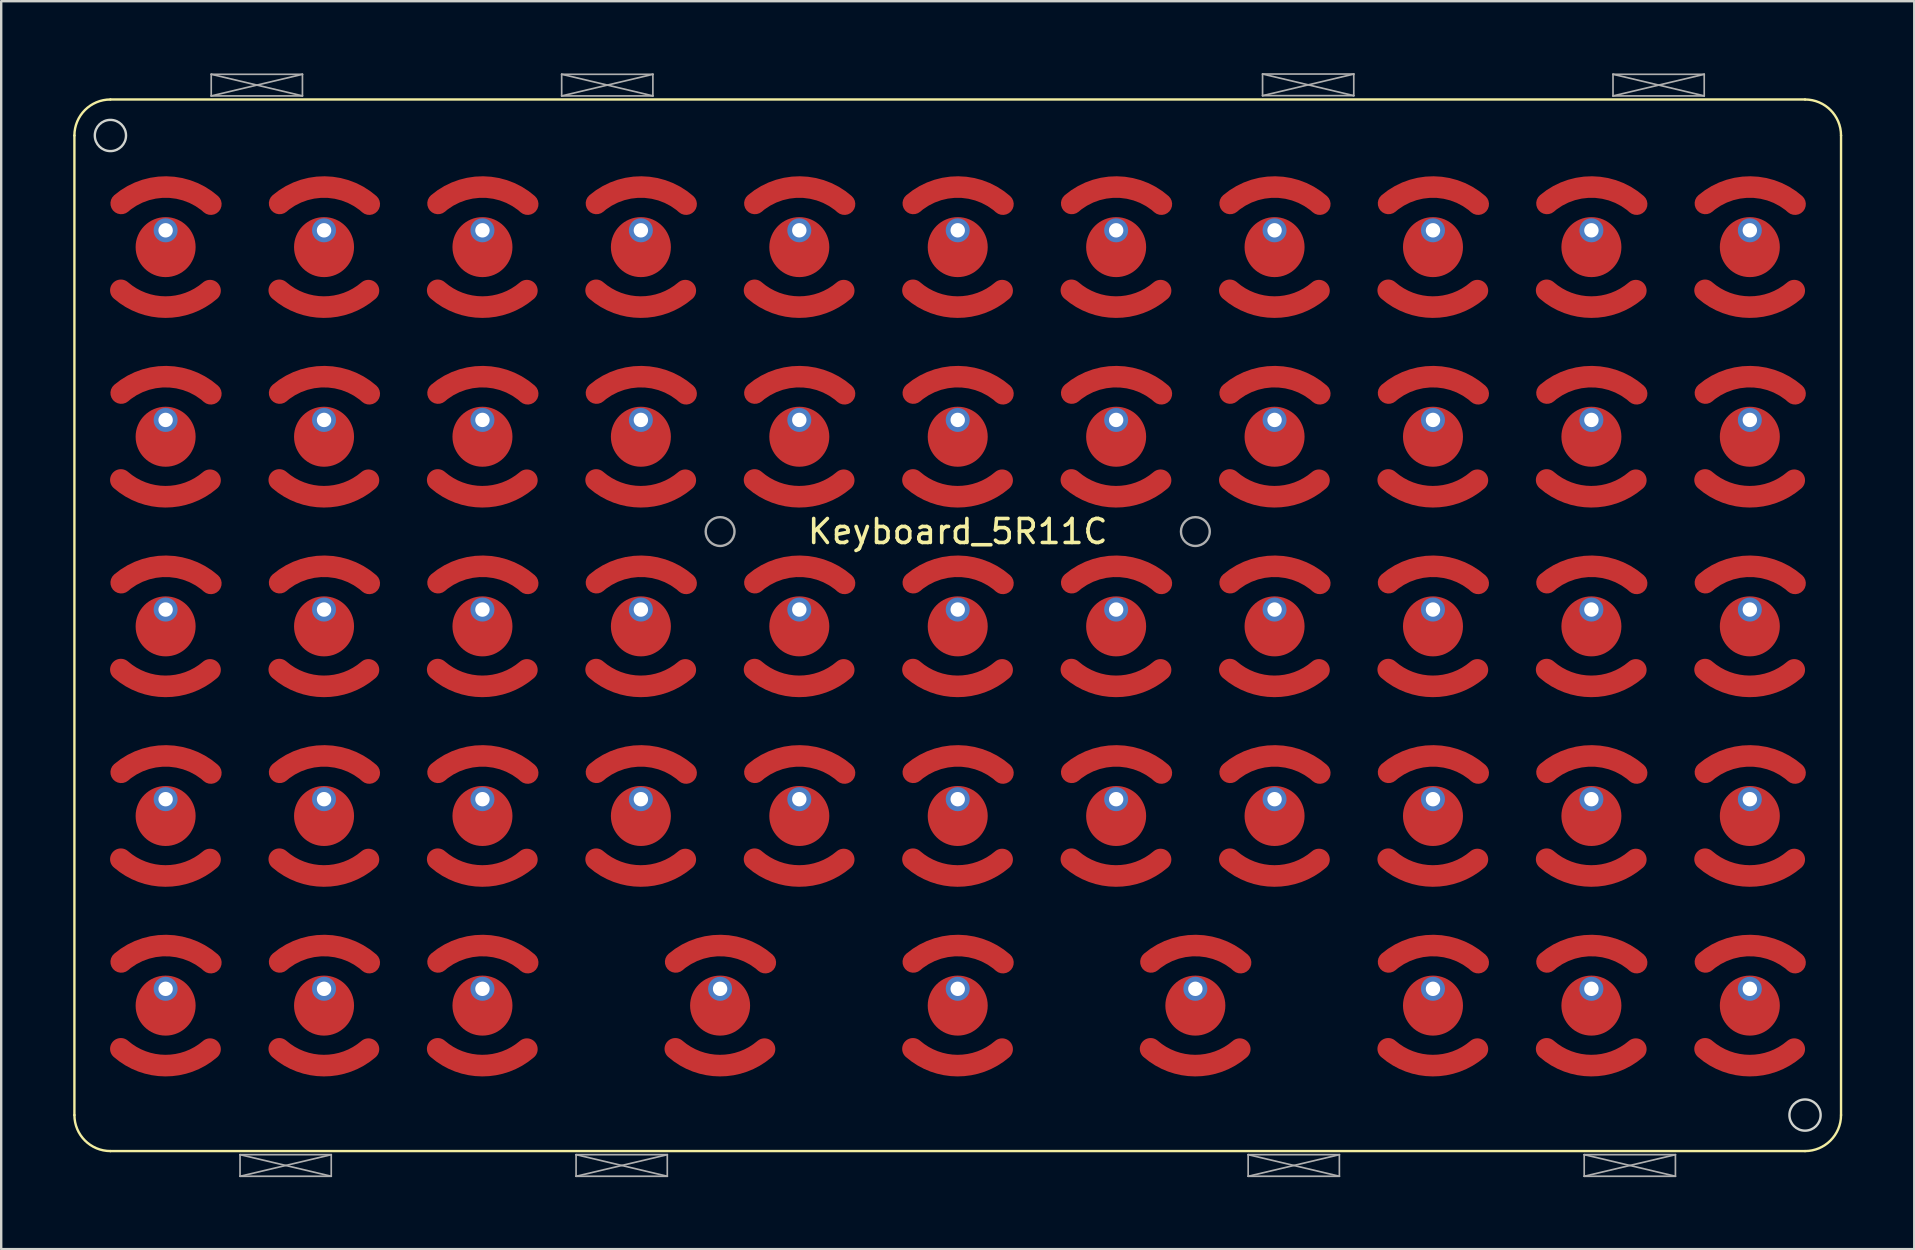
<source format=kicad_pcb>
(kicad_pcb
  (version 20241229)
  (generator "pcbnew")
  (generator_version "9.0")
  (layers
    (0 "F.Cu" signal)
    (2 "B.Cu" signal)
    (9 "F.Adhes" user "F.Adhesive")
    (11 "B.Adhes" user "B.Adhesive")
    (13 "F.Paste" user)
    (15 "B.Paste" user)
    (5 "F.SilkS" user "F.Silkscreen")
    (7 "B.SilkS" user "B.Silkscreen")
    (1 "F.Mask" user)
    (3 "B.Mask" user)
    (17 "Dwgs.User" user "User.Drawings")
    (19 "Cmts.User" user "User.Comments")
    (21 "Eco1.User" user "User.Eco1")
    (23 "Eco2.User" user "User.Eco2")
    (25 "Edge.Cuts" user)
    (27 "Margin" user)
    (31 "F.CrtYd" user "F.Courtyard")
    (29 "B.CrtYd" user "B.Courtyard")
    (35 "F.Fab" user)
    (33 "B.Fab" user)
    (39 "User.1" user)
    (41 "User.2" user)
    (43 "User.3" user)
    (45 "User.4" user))
  (footprint "Keyboard_5R11C"
    (layer "F.Cu")
    (at 36.85 19.095)
    (property "Reference" "Keyboard_5R11C" (at 0 0 0) (unlocked yes) (layer "F.SilkS") (effects (font (size 1 1) (thickness 0.15))))
    (attr smd)
    (fp_arc (start -31.150005 -10.036258) (mid -33.009623 -9.349989) (end -34.864543 -10.048858) (stroke (width 0.9) (type solid)) (layer "F.Cu"))
    (fp_arc (start -31.150005 -2.136258) (mid -33.009623 -1.449989) (end -34.864543 -2.148858) (stroke (width 0.9) (type solid)) (layer "F.Cu"))
    (fp_arc (start -31.150005 5.763742) (mid -33.009623 6.450011) (end -34.864543 5.751142) (stroke (width 0.9) (type solid)) (layer "F.Cu"))
    (fp_arc (start -31.150005 13.663742) (mid -33.009623 14.350011) (end -34.864543 13.651142) (stroke (width 0.9) (type solid)) (layer "F.Cu"))
    (fp_arc (start -31.150005 21.563742) (mid -33.009623 22.250011) (end -34.864543 21.551142) (stroke (width 0.9) (type solid)) (layer "F.Cu"))
    (fp_arc (start -24.550005 -10.036258) (mid -26.409623 -9.349989) (end -28.264543 -10.048858) (stroke (width 0.9) (type solid)) (layer "F.Cu"))
    (fp_arc (start -24.550005 -2.136258) (mid -26.409623 -1.449989) (end -28.264543 -2.148858) (stroke (width 0.9) (type solid)) (layer "F.Cu"))
    (fp_arc (start -24.550005 5.763742) (mid -26.409623 6.450011) (end -28.264543 5.751142) (stroke (width 0.9) (type solid)) (layer "F.Cu"))
    (fp_arc (start -24.550005 13.663742) (mid -26.409623 14.350011) (end -28.264543 13.651142) (stroke (width 0.9) (type solid)) (layer "F.Cu"))
    (fp_arc (start -24.550005 21.563742) (mid -26.409623 22.250011) (end -28.264543 21.551142) (stroke (width 0.9) (type solid)) (layer "F.Cu"))
    (fp_arc (start -17.950005 -10.036258) (mid -19.809623 -9.349989) (end -21.664543 -10.048858) (stroke (width 0.9) (type solid)) (layer "F.Cu"))
    (fp_arc (start -17.950005 -2.136258) (mid -19.809623 -1.449989) (end -21.664543 -2.148858) (stroke (width 0.9) (type solid)) (layer "F.Cu"))
    (fp_arc (start -17.950005 5.763742) (mid -19.809623 6.450011) (end -21.664543 5.751142) (stroke (width 0.9) (type solid)) (layer "F.Cu"))
    (fp_arc (start -17.950005 13.663742) (mid -19.809623 14.350011) (end -21.664543 13.651142) (stroke (width 0.9) (type solid)) (layer "F.Cu"))
    (fp_arc (start -17.950005 21.563742) (mid -19.809623 22.250011) (end -21.664543 21.551142) (stroke (width 0.9) (type solid)) (layer "F.Cu"))
    (fp_arc (start -11.350005 -10.036258) (mid -13.209623 -9.349989) (end -15.064543 -10.048858) (stroke (width 0.9) (type solid)) (layer "F.Cu"))
    (fp_arc (start -11.350005 -2.136258) (mid -13.209623 -1.449989) (end -15.064543 -2.148858) (stroke (width 0.9) (type solid)) (layer "F.Cu"))
    (fp_arc (start -11.350005 5.763742) (mid -13.209623 6.450011) (end -15.064543 5.751142) (stroke (width 0.9) (type solid)) (layer "F.Cu"))
    (fp_arc (start -11.350005 13.663742) (mid -13.209623 14.350011) (end -15.064543 13.651142) (stroke (width 0.9) (type solid)) (layer "F.Cu"))
    (fp_arc (start -8.050005 21.563742) (mid -9.909623 22.250011) (end -11.764543 21.551142) (stroke (width 0.9) (type solid)) (layer "F.Cu"))
    (fp_arc (start -4.750005 -10.036258) (mid -6.609623 -9.349989) (end -8.464543 -10.048858) (stroke (width 0.9) (type solid)) (layer "F.Cu"))
    (fp_arc (start -4.750005 -2.136258) (mid -6.609623 -1.449989) (end -8.464543 -2.148858) (stroke (width 0.9) (type solid)) (layer "F.Cu"))
    (fp_arc (start -4.750005 5.763742) (mid -6.609623 6.450011) (end -8.464543 5.751142) (stroke (width 0.9) (type solid)) (layer "F.Cu"))
    (fp_arc (start -4.750005 13.663742) (mid -6.609623 14.350011) (end -8.464543 13.651142) (stroke (width 0.9) (type solid)) (layer "F.Cu"))
    (fp_arc (start 1.849995 -10.036258) (mid -0.009623 -9.349989) (end -1.864543 -10.048858) (stroke (width 0.9) (type solid)) (layer "F.Cu"))
    (fp_arc (start 1.849995 -2.136258) (mid -0.009623 -1.449989) (end -1.864543 -2.148858) (stroke (width 0.9) (type solid)) (layer "F.Cu"))
    (fp_arc (start 1.849995 5.763742) (mid -0.009623 6.450011) (end -1.864543 5.751142) (stroke (width 0.9) (type solid)) (layer "F.Cu"))
    (fp_arc (start 1.849995 13.663742) (mid -0.009623 14.350011) (end -1.864543 13.651142) (stroke (width 0.9) (type solid)) (layer "F.Cu"))
    (fp_arc (start 1.849995 21.563742) (mid -0.009623 22.250011) (end -1.864543 21.551142) (stroke (width 0.9) (type solid)) (layer "F.Cu"))
    (fp_arc (start 8.449995 -10.036258) (mid 6.590377 -9.349989) (end 4.735457 -10.048858) (stroke (width 0.9) (type solid)) (layer "F.Cu"))
    (fp_arc (start 8.449995 -2.136258) (mid 6.590377 -1.449989) (end 4.735457 -2.148858) (stroke (width 0.9) (type solid)) (layer "F.Cu"))
    (fp_arc (start 8.449995 5.763742) (mid 6.590377 6.450011) (end 4.735457 5.751142) (stroke (width 0.9) (type solid)) (layer "F.Cu"))
    (fp_arc (start 8.449995 13.663742) (mid 6.590377 14.350011) (end 4.735457 13.651142) (stroke (width 0.9) (type solid)) (layer "F.Cu"))
    (fp_arc (start 11.749995 21.563742) (mid 9.890377 22.250011) (end 8.035457 21.551142) (stroke (width 0.9) (type solid)) (layer "F.Cu"))
    (fp_arc (start 15.049995 -10.036258) (mid 13.190377 -9.349989) (end 11.335457 -10.048858) (stroke (width 0.9) (type solid)) (layer "F.Cu"))
    (fp_arc (start 15.049995 -2.136258) (mid 13.190377 -1.449989) (end 11.335457 -2.148858) (stroke (width 0.9) (type solid)) (layer "F.Cu"))
    (fp_arc (start 15.049995 5.763742) (mid 13.190377 6.450011) (end 11.335457 5.751142) (stroke (width 0.9) (type solid)) (layer "F.Cu"))
    (fp_arc (start 15.049995 13.663742) (mid 13.190377 14.350011) (end 11.335457 13.651142) (stroke (width 0.9) (type solid)) (layer "F.Cu"))
    (fp_arc (start 21.649995 -10.036258) (mid 19.790377 -9.349989) (end 17.935457 -10.048858) (stroke (width 0.9) (type solid)) (layer "F.Cu"))
    (fp_arc (start 21.649995 -2.136258) (mid 19.790377 -1.449989) (end 17.935457 -2.148858) (stroke (width 0.9) (type solid)) (layer "F.Cu"))
    (fp_arc (start 21.649995 5.763742) (mid 19.790377 6.450011) (end 17.935457 5.751142) (stroke (width 0.9) (type solid)) (layer "F.Cu"))
    (fp_arc (start 21.649995 13.663742) (mid 19.790377 14.350011) (end 17.935457 13.651142) (stroke (width 0.9) (type solid)) (layer "F.Cu"))
    (fp_arc (start 21.649995 21.563742) (mid 19.790377 22.250011) (end 17.935457 21.551142) (stroke (width 0.9) (type solid)) (layer "F.Cu"))
    (fp_arc (start 28.249995 -10.036258) (mid 26.390377 -9.349989) (end 24.535457 -10.048858) (stroke (width 0.9) (type solid)) (layer "F.Cu"))
    (fp_arc (start 28.249995 -2.136258) (mid 26.390377 -1.449989) (end 24.535457 -2.148858) (stroke (width 0.9) (type solid)) (layer "F.Cu"))
    (fp_arc (start 28.249995 5.763742) (mid 26.390377 6.450011) (end 24.535457 5.751142) (stroke (width 0.9) (type solid)) (layer "F.Cu"))
    (fp_arc (start 28.249995 13.663742) (mid 26.390377 14.350011) (end 24.535457 13.651142) (stroke (width 0.9) (type solid)) (layer "F.Cu"))
    (fp_arc (start 28.249995 21.563742) (mid 26.390377 22.250011) (end 24.535457 21.551142) (stroke (width 0.9) (type solid)) (layer "F.Cu"))
    (fp_arc (start 34.849995 -10.036258) (mid 32.990377 -9.349989) (end 31.135457 -10.048858) (stroke (width 0.9) (type solid)) (layer "F.Cu"))
    (fp_arc (start 34.849995 -2.136258) (mid 32.990377 -1.449989) (end 31.135457 -2.148858) (stroke (width 0.9) (type solid)) (layer "F.Cu"))
    (fp_arc (start 34.849995 5.763742) (mid 32.990377 6.450011) (end 31.135457 5.751142) (stroke (width 0.9) (type solid)) (layer "F.Cu"))
    (fp_arc (start 34.849995 13.663742) (mid 32.990377 14.350011) (end 31.135457 13.651142) (stroke (width 0.9) (type solid)) (layer "F.Cu"))
    (fp_arc (start 34.849995 21.563742) (mid 32.990377 22.250011) (end 31.135457 21.551142) (stroke (width 0.9) (type solid)) (layer "F.Cu"))
    (fp_arc (start -31.150005 -10.036258) (mid -33.009623 -9.349989) (end -34.864543 -10.048858) (stroke (width 0.9) (type solid)) (layer "F.Mask"))
    (fp_arc (start -31.150005 -2.136258) (mid -33.009623 -1.449989) (end -34.864543 -2.148858) (stroke (width 0.9) (type solid)) (layer "F.Mask"))
    (fp_arc (start -31.150005 5.763742) (mid -33.009623 6.450011) (end -34.864543 5.751142) (stroke (width 0.9) (type solid)) (layer "F.Mask"))
    (fp_arc (start -31.150005 13.663742) (mid -33.009623 14.350011) (end -34.864543 13.651142) (stroke (width 0.9) (type solid)) (layer "F.Mask"))
    (fp_arc (start -31.150005 21.563742) (mid -33.009623 22.250011) (end -34.864543 21.551142) (stroke (width 0.9) (type solid)) (layer "F.Mask"))
    (fp_arc (start -24.550005 -10.036258) (mid -26.409623 -9.349989) (end -28.264543 -10.048858) (stroke (width 0.9) (type solid)) (layer "F.Mask"))
    (fp_arc (start -24.550005 -2.136258) (mid -26.409623 -1.449989) (end -28.264543 -2.148858) (stroke (width 0.9) (type solid)) (layer "F.Mask"))
    (fp_arc (start -24.550005 5.763742) (mid -26.409623 6.450011) (end -28.264543 5.751142) (stroke (width 0.9) (type solid)) (layer "F.Mask"))
    (fp_arc (start -24.550005 13.663742) (mid -26.409623 14.350011) (end -28.264543 13.651142) (stroke (width 0.9) (type solid)) (layer "F.Mask"))
    (fp_arc (start -24.550005 21.563742) (mid -26.409623 22.250011) (end -28.264543 21.551142) (stroke (width 0.9) (type solid)) (layer "F.Mask"))
    (fp_arc (start -17.950005 -10.036258) (mid -19.809623 -9.349989) (end -21.664543 -10.048858) (stroke (width 0.9) (type solid)) (layer "F.Mask"))
    (fp_arc (start -17.950005 -2.136258) (mid -19.809623 -1.449989) (end -21.664543 -2.148858) (stroke (width 0.9) (type solid)) (layer "F.Mask"))
    (fp_arc (start -17.950005 5.763742) (mid -19.809623 6.450011) (end -21.664543 5.751142) (stroke (width 0.9) (type solid)) (layer "F.Mask"))
    (fp_arc (start -17.950005 13.663742) (mid -19.809623 14.350011) (end -21.664543 13.651142) (stroke (width 0.9) (type solid)) (layer "F.Mask"))
    (fp_arc (start -17.950005 21.563742) (mid -19.809623 22.250011) (end -21.664543 21.551142) (stroke (width 0.9) (type solid)) (layer "F.Mask"))
    (fp_arc (start -11.350005 -10.036258) (mid -13.209623 -9.349989) (end -15.064543 -10.048858) (stroke (width 0.9) (type solid)) (layer "F.Mask"))
    (fp_arc (start -11.350005 -2.136258) (mid -13.209623 -1.449989) (end -15.064543 -2.148858) (stroke (width 0.9) (type solid)) (layer "F.Mask"))
    (fp_arc (start -11.350005 5.763742) (mid -13.209623 6.450011) (end -15.064543 5.751142) (stroke (width 0.9) (type solid)) (layer "F.Mask"))
    (fp_arc (start -11.350005 13.663742) (mid -13.209623 14.350011) (end -15.064543 13.651142) (stroke (width 0.9) (type solid)) (layer "F.Mask"))
    (fp_arc (start -8.050005 21.563742) (mid -9.909623 22.250011) (end -11.764542 21.551142) (stroke (width 0.9) (type solid)) (layer "F.Mask"))
    (fp_arc (start -4.750005 -10.036258) (mid -6.609623 -9.349989) (end -8.464543 -10.048858) (stroke (width 0.9) (type solid)) (layer "F.Mask"))
    (fp_arc (start -4.750005 -2.136258) (mid -6.609623 -1.449989) (end -8.464543 -2.148858) (stroke (width 0.9) (type solid)) (layer "F.Mask"))
    (fp_arc (start -4.750005 5.763742) (mid -6.609623 6.450011) (end -8.464543 5.751142) (stroke (width 0.9) (type solid)) (layer "F.Mask"))
    (fp_arc (start -4.750005 13.663742) (mid -6.609623 14.350011) (end -8.464543 13.651142) (stroke (width 0.9) (type solid)) (layer "F.Mask"))
    (fp_arc (start 1.849995 -10.036258) (mid -0.009623 -9.349989) (end -1.864543 -10.048858) (stroke (width 0.9) (type solid)) (layer "F.Mask"))
    (fp_arc (start 1.849995 -2.136258) (mid -0.009623 -1.449989) (end -1.864543 -2.148858) (stroke (width 0.9) (type solid)) (layer "F.Mask"))
    (fp_arc (start 1.849995 5.763742) (mid -0.009623 6.450011) (end -1.864543 5.751142) (stroke (width 0.9) (type solid)) (layer "F.Mask"))
    (fp_arc (start 1.849995 13.663742) (mid -0.009623 14.350011) (end -1.864543 13.651142) (stroke (width 0.9) (type solid)) (layer "F.Mask"))
    (fp_arc (start 1.849995 21.563742) (mid -0.009623 22.250011) (end -1.864542 21.551142) (stroke (width 0.9) (type solid)) (layer "F.Mask"))
    (fp_arc (start 8.449995 -10.036258) (mid 6.590377 -9.349989) (end 4.735457 -10.048858) (stroke (width 0.9) (type solid)) (layer "F.Mask"))
    (fp_arc (start 8.449995 -2.136258) (mid 6.590377 -1.449989) (end 4.735457 -2.148858) (stroke (width 0.9) (type solid)) (layer "F.Mask"))
    (fp_arc (start 8.449995 5.763742) (mid 6.590377 6.450011) (end 4.735457 5.751142) (stroke (width 0.9) (type solid)) (layer "F.Mask"))
    (fp_arc (start 8.449995 13.663742) (mid 6.590377 14.350011) (end 4.735457 13.651142) (stroke (width 0.9) (type solid)) (layer "F.Mask"))
    (fp_arc (start 11.749995 21.563742) (mid 9.890377 22.250011) (end 8.035457 21.551142) (stroke (width 0.9) (type solid)) (layer "F.Mask"))
    (fp_arc (start 15.049995 -10.036258) (mid 13.190377 -9.349989) (end 11.335457 -10.048858) (stroke (width 0.9) (type solid)) (layer "F.Mask"))
    (fp_arc (start 15.049995 -2.136258) (mid 13.190377 -1.449989) (end 11.335457 -2.148858) (stroke (width 0.9) (type solid)) (layer "F.Mask"))
    (fp_arc (start 15.049995 5.763742) (mid 13.190377 6.450011) (end 11.335457 5.751142) (stroke (width 0.9) (type solid)) (layer "F.Mask"))
    (fp_arc (start 15.049995 13.663742) (mid 13.190377 14.350011) (end 11.335457 13.651142) (stroke (width 0.9) (type solid)) (layer "F.Mask"))
    (fp_arc (start 21.649995 -10.036258) (mid 19.790377 -9.349989) (end 17.935457 -10.048858) (stroke (width 0.9) (type solid)) (layer "F.Mask"))
    (fp_arc (start 21.649995 -2.136258) (mid 19.790377 -1.449989) (end 17.935457 -2.148858) (stroke (width 0.9) (type solid)) (layer "F.Mask"))
    (fp_arc (start 21.649995 5.763742) (mid 19.790377 6.450011) (end 17.935457 5.751142) (stroke (width 0.9) (type solid)) (layer "F.Mask"))
    (fp_arc (start 21.649995 13.663742) (mid 19.790377 14.350011) (end 17.935457 13.651142) (stroke (width 0.9) (type solid)) (layer "F.Mask"))
    (fp_arc (start 21.649995 21.563742) (mid 19.790377 22.250011) (end 17.935457 21.551142) (stroke (width 0.9) (type solid)) (layer "F.Mask"))
    (fp_arc (start 28.249995 -10.036258) (mid 26.390377 -9.349989) (end 24.535457 -10.048858) (stroke (width 0.9) (type solid)) (layer "F.Mask"))
    (fp_arc (start 28.249995 -2.136258) (mid 26.390377 -1.449989) (end 24.535457 -2.148858) (stroke (width 0.9) (type solid)) (layer "F.Mask"))
    (fp_arc (start 28.249995 5.763742) (mid 26.390377 6.450011) (end 24.535457 5.751142) (stroke (width 0.9) (type solid)) (layer "F.Mask"))
    (fp_arc (start 28.249995 13.663742) (mid 26.390377 14.350011) (end 24.535457 13.651142) (stroke (width 0.9) (type solid)) (layer "F.Mask"))
    (fp_arc (start 28.249995 21.563742) (mid 26.390377 22.250011) (end 24.535457 21.551142) (stroke (width 0.9) (type solid)) (layer "F.Mask"))
    (fp_arc (start 34.849995 -10.036258) (mid 32.990377 -9.349989) (end 31.135457 -10.048858) (stroke (width 0.9) (type solid)) (layer "F.Mask"))
    (fp_arc (start 34.849995 -2.136258) (mid 32.990377 -1.449989) (end 31.135457 -2.148858) (stroke (width 0.9) (type solid)) (layer "F.Mask"))
    (fp_arc (start 34.849995 5.763742) (mid 32.990377 6.450011) (end 31.135457 5.751142) (stroke (width 0.9) (type solid)) (layer "F.Mask"))
    (fp_arc (start 34.849995 13.663742) (mid 32.990377 14.350011) (end 31.135457 13.651142) (stroke (width 0.9) (type solid)) (layer "F.Mask"))
    (fp_arc (start 34.849995 21.563742) (mid 32.990377 22.250011) (end 31.135457 21.551142) (stroke (width 0.9) (type solid)) (layer "F.Mask"))
    (fp_poly (pts (xy -33 -14.65) (xy -30.75 -13.65) (xy -30.75 -10.05) (xy -33 -9.05) (xy -35.25 -10.05) (xy -35.25 -13.65)) (stroke (width 0.05) (type solid)) (fill yes) (layer "F.Mask"))
    (fp_poly (pts (xy -33 -6.75) (xy -30.75 -5.75) (xy -30.75 -2.15) (xy -33 -1.15) (xy -35.25 -2.15) (xy -35.25 -5.75)) (stroke (width 0.05) (type solid)) (fill yes) (layer "F.Mask"))
    (fp_poly (pts (xy -33 1.15) (xy -30.75 2.15) (xy -30.75 5.75) (xy -33 6.75) (xy -35.25 5.75) (xy -35.25 2.15)) (stroke (width 0.05) (type solid)) (fill yes) (layer "F.Mask"))
    (fp_poly (pts (xy -33 9.05) (xy -30.75 10.05) (xy -30.75 13.65) (xy -33 14.65) (xy -35.25 13.65) (xy -35.25 10.05)) (stroke (width 0.05) (type solid)) (fill yes) (layer "F.Mask"))
    (fp_poly (pts (xy -33 16.95) (xy -30.75 17.95) (xy -30.75 21.55) (xy -33 22.55) (xy -35.25 21.55) (xy -35.25 17.95)) (stroke (width 0.05) (type solid)) (fill yes) (layer "F.Mask"))
    (fp_poly (pts (xy -26.4 -14.65) (xy -24.15 -13.65) (xy -24.15 -10.05) (xy -26.4 -9.05) (xy -28.65 -10.05) (xy -28.65 -13.65)) (stroke (width 0.05) (type solid)) (fill yes) (layer "F.Mask"))
    (fp_poly (pts (xy -26.4 -6.75) (xy -24.15 -5.75) (xy -24.15 -2.15) (xy -26.4 -1.15) (xy -28.65 -2.15) (xy -28.65 -5.75)) (stroke (width 0.05) (type solid)) (fill yes) (layer "F.Mask"))
    (fp_poly (pts (xy -26.4 1.15) (xy -24.15 2.15) (xy -24.15 5.75) (xy -26.4 6.75) (xy -28.65 5.75) (xy -28.65 2.15)) (stroke (width 0.05) (type solid)) (fill yes) (layer "F.Mask"))
    (fp_poly (pts (xy -26.4 9.05) (xy -24.15 10.05) (xy -24.15 13.65) (xy -26.4 14.65) (xy -28.65 13.65) (xy -28.65 10.05)) (stroke (width 0.05) (type solid)) (fill yes) (layer "F.Mask"))
    (fp_poly (pts (xy -26.4 16.95) (xy -24.15 17.95) (xy -24.15 21.55) (xy -26.4 22.55) (xy -28.65 21.55) (xy -28.65 17.95)) (stroke (width 0.05) (type solid)) (fill yes) (layer "F.Mask"))
    (fp_poly (pts (xy -19.8 -14.65) (xy -17.55 -13.65) (xy -17.55 -10.05) (xy -19.8 -9.05) (xy -22.05 -10.05) (xy -22.05 -13.65)) (stroke (width 0.05) (type solid)) (fill yes) (layer "F.Mask"))
    (fp_poly (pts (xy -19.8 -6.75) (xy -17.55 -5.75) (xy -17.55 -2.15) (xy -19.8 -1.15) (xy -22.05 -2.15) (xy -22.05 -5.75)) (stroke (width 0.05) (type solid)) (fill yes) (layer "F.Mask"))
    (fp_poly (pts (xy -19.8 1.15) (xy -17.55 2.15) (xy -17.55 5.75) (xy -19.8 6.75) (xy -22.05 5.75) (xy -22.05 2.15)) (stroke (width 0.05) (type solid)) (fill yes) (layer "F.Mask"))
    (fp_poly (pts (xy -19.8 9.05) (xy -17.55 10.05) (xy -17.55 13.65) (xy -19.8 14.65) (xy -22.05 13.65) (xy -22.05 10.05)) (stroke (width 0.05) (type solid)) (fill yes) (layer "F.Mask"))
    (fp_poly (pts (xy -19.8 16.95) (xy -17.55 17.95) (xy -17.55 21.55) (xy -19.8 22.55) (xy -22.05 21.55) (xy -22.05 17.95)) (stroke (width 0.05) (type solid)) (fill yes) (layer "F.Mask"))
    (fp_poly (pts (xy -13.2 -14.65) (xy -10.95 -13.65) (xy -10.95 -10.05) (xy -13.2 -9.05) (xy -15.45 -10.05) (xy -15.45 -13.65)) (stroke (width 0.05) (type solid)) (fill yes) (layer "F.Mask"))
    (fp_poly (pts (xy -13.2 -6.75) (xy -10.95 -5.75) (xy -10.95 -2.15) (xy -13.2 -1.15) (xy -15.45 -2.15) (xy -15.45 -5.75)) (stroke (width 0.05) (type solid)) (fill yes) (layer "F.Mask"))
    (fp_poly (pts (xy -13.2 1.15) (xy -10.95 2.15) (xy -10.95 5.75) (xy -13.2 6.75) (xy -15.45 5.75) (xy -15.45 2.15)) (stroke (width 0.05) (type solid)) (fill yes) (layer "F.Mask"))
    (fp_poly (pts (xy -13.2 9.05) (xy -10.95 10.05) (xy -10.95 13.65) (xy -13.2 14.65) (xy -15.45 13.65) (xy -15.45 10.05)) (stroke (width 0.05) (type solid)) (fill yes) (layer "F.Mask"))
    (fp_poly (pts (xy -9.9 16.95) (xy -7.65 17.95) (xy -7.65 21.55) (xy -9.9 22.55) (xy -12.15 21.55) (xy -12.15 17.95)) (stroke (width 0.05) (type solid)) (fill yes) (layer "F.Mask"))
    (fp_poly (pts (xy -6.6 -14.65) (xy -4.35 -13.65) (xy -4.35 -10.05) (xy -6.6 -9.05) (xy -8.85 -10.05) (xy -8.85 -13.65)) (stroke (width 0.05) (type solid)) (fill yes) (layer "F.Mask"))
    (fp_poly (pts (xy -6.6 -6.75) (xy -4.35 -5.75) (xy -4.35 -2.15) (xy -6.6 -1.15) (xy -8.85 -2.15) (xy -8.85 -5.75)) (stroke (width 0.05) (type solid)) (fill yes) (layer "F.Mask"))
    (fp_poly (pts (xy -6.6 1.15) (xy -4.35 2.15) (xy -4.35 5.75) (xy -6.6 6.75) (xy -8.85 5.75) (xy -8.85 2.15)) (stroke (width 0.05) (type solid)) (fill yes) (layer "F.Mask"))
    (fp_poly (pts (xy -6.6 9.05) (xy -4.35 10.05) (xy -4.35 13.65) (xy -6.6 14.65) (xy -8.85 13.65) (xy -8.85 10.05)) (stroke (width 0.05) (type solid)) (fill yes) (layer "F.Mask"))
    (fp_poly (pts (xy 0 -14.65) (xy 2.25 -13.65) (xy 2.25 -10.05) (xy 0 -9.05) (xy -2.25 -10.05) (xy -2.25 -13.65)) (stroke (width 0.05) (type solid)) (fill yes) (layer "F.Mask"))
    (fp_poly (pts (xy 0 -6.75) (xy 2.25 -5.75) (xy 2.25 -2.15) (xy 0 -1.15) (xy -2.25 -2.15) (xy -2.25 -5.75)) (stroke (width 0.05) (type solid)) (fill yes) (layer "F.Mask"))
    (fp_poly (pts (xy 0 1.15) (xy 2.25 2.15) (xy 2.25 5.75) (xy 0 6.75) (xy -2.25 5.75) (xy -2.25 2.15)) (stroke (width 0.05) (type solid)) (fill yes) (layer "F.Mask"))
    (fp_poly (pts (xy 0 9.05) (xy 2.25 10.05) (xy 2.25 13.65) (xy 0 14.65) (xy -2.25 13.65) (xy -2.25 10.05)) (stroke (width 0.05) (type solid)) (fill yes) (layer "F.Mask"))
    (fp_poly (pts (xy 0 16.95) (xy 2.25 17.95) (xy 2.25 21.55) (xy 0 22.55) (xy -2.25 21.55) (xy -2.25 17.95)) (stroke (width 0.05) (type solid)) (fill yes) (layer "F.Mask"))
    (fp_poly (pts (xy 6.6 -14.65) (xy 8.85 -13.65) (xy 8.85 -10.05) (xy 6.6 -9.05) (xy 4.35 -10.05) (xy 4.35 -13.65)) (stroke (width 0.05) (type solid)) (fill yes) (layer "F.Mask"))
    (fp_poly (pts (xy 6.6 -6.75) (xy 8.85 -5.75) (xy 8.85 -2.15) (xy 6.6 -1.15) (xy 4.35 -2.15) (xy 4.35 -5.75)) (stroke (width 0.05) (type solid)) (fill yes) (layer "F.Mask"))
    (fp_poly (pts (xy 6.6 1.15) (xy 8.85 2.15) (xy 8.85 5.75) (xy 6.6 6.75) (xy 4.35 5.75) (xy 4.35 2.15)) (stroke (width 0.05) (type solid)) (fill yes) (layer "F.Mask"))
    (fp_poly (pts (xy 6.6 9.05) (xy 8.85 10.05) (xy 8.85 13.65) (xy 6.6 14.65) (xy 4.35 13.65) (xy 4.35 10.05)) (stroke (width 0.05) (type solid)) (fill yes) (layer "F.Mask"))
    (fp_poly (pts (xy 9.9 16.95) (xy 12.15 17.95) (xy 12.15 21.55) (xy 9.9 22.55) (xy 7.65 21.55) (xy 7.65 17.95)) (stroke (width 0.05) (type solid)) (fill yes) (layer "F.Mask"))
    (fp_poly (pts (xy 13.2 -14.65) (xy 15.45 -13.65) (xy 15.45 -10.05) (xy 13.2 -9.05) (xy 10.95 -10.05) (xy 10.95 -13.65)) (stroke (width 0.05) (type solid)) (fill yes) (layer "F.Mask"))
    (fp_poly (pts (xy 13.2 -6.75) (xy 15.45 -5.75) (xy 15.45 -2.15) (xy 13.2 -1.15) (xy 10.95 -2.15) (xy 10.95 -5.75)) (stroke (width 0.05) (type solid)) (fill yes) (layer "F.Mask"))
    (fp_poly (pts (xy 13.2 1.15) (xy 15.45 2.15) (xy 15.45 5.75) (xy 13.2 6.75) (xy 10.95 5.75) (xy 10.95 2.15)) (stroke (width 0.05) (type solid)) (fill yes) (layer "F.Mask"))
    (fp_poly (pts (xy 13.2 9.1) (xy 15.45 10.1) (xy 15.45 13.7) (xy 13.2 14.7) (xy 10.95 13.7) (xy 10.95 10.1)) (stroke (width 0.05) (type solid)) (fill yes) (layer "F.Mask"))
    (fp_poly (pts (xy 19.8 -14.65) (xy 22.05 -13.65) (xy 22.05 -10.05) (xy 19.8 -9.05) (xy 17.55 -10.05) (xy 17.55 -13.65)) (stroke (width 0.05) (type solid)) (fill yes) (layer "F.Mask"))
    (fp_poly (pts (xy 19.8 -6.75) (xy 22.05 -5.75) (xy 22.05 -2.15) (xy 19.8 -1.15) (xy 17.55 -2.15) (xy 17.55 -5.75)) (stroke (width 0.05) (type solid)) (fill yes) (layer "F.Mask"))
    (fp_poly (pts (xy 19.8 1.15) (xy 22.05 2.15) (xy 22.05 5.75) (xy 19.8 6.75) (xy 17.55 5.75) (xy 17.55 2.15)) (stroke (width 0.05) (type solid)) (fill yes) (layer "F.Mask"))
    (fp_poly (pts (xy 19.8 9.05) (xy 22.05 10.05) (xy 22.05 13.65) (xy 19.8 14.65) (xy 17.55 13.65) (xy 17.55 10.05)) (stroke (width 0.05) (type solid)) (fill yes) (layer "F.Mask"))
    (fp_poly (pts (xy 19.8 16.95) (xy 22.05 17.95) (xy 22.05 21.55) (xy 19.8 22.55) (xy 17.55 21.55) (xy 17.55 17.95)) (stroke (width 0.05) (type solid)) (fill yes) (layer "F.Mask"))
    (fp_poly (pts (xy 26.4 -14.65) (xy 28.65 -13.65) (xy 28.65 -10.05) (xy 26.4 -9.05) (xy 24.15 -10.05) (xy 24.15 -13.65)) (stroke (width 0.05) (type solid)) (fill yes) (layer "F.Mask"))
    (fp_poly (pts (xy 26.4 -6.75) (xy 28.65 -5.75) (xy 28.65 -2.15) (xy 26.4 -1.15) (xy 24.15 -2.15) (xy 24.15 -5.75)) (stroke (width 0.05) (type solid)) (fill yes) (layer "F.Mask"))
    (fp_poly (pts (xy 26.4 1.15) (xy 28.65 2.15) (xy 28.65 5.75) (xy 26.4 6.75) (xy 24.15 5.75) (xy 24.15 2.15)) (stroke (width 0.05) (type solid)) (fill yes) (layer "F.Mask"))
    (fp_poly (pts (xy 26.4 9.05) (xy 28.65 10.05) (xy 28.65 13.65) (xy 26.4 14.65) (xy 24.15 13.65) (xy 24.15 10.05)) (stroke (width 0.05) (type solid)) (fill yes) (layer "F.Mask"))
    (fp_poly (pts (xy 26.4 16.95) (xy 28.65 17.95) (xy 28.65 21.55) (xy 26.4 22.55) (xy 24.15 21.55) (xy 24.15 17.95)) (stroke (width 0.05) (type solid)) (fill yes) (layer "F.Mask"))
    (fp_poly (pts (xy 33 -14.65) (xy 35.25 -13.65) (xy 35.25 -10.05) (xy 33 -9.05) (xy 30.75 -10.05) (xy 30.75 -13.65)) (stroke (width 0.05) (type solid)) (fill yes) (layer "F.Mask"))
    (fp_poly (pts (xy 33 -6.75) (xy 35.25 -5.75) (xy 35.25 -2.15) (xy 33 -1.15) (xy 30.75 -2.15) (xy 30.75 -5.75)) (stroke (width 0.05) (type solid)) (fill yes) (layer "F.Mask"))
    (fp_poly (pts (xy 33 1.15) (xy 35.25 2.15) (xy 35.25 5.75) (xy 33 6.75) (xy 30.75 5.75) (xy 30.75 2.15)) (stroke (width 0.05) (type solid)) (fill yes) (layer "F.Mask"))
    (fp_poly (pts (xy 33 9.05) (xy 35.25 10.05) (xy 35.25 13.65) (xy 33 14.65) (xy 30.75 13.65) (xy 30.75 10.05)) (stroke (width 0.05) (type solid)) (fill yes) (layer "F.Mask"))
    (fp_poly (pts (xy 33 16.95) (xy 35.25 17.95) (xy 35.25 21.55) (xy 33 22.55) (xy 30.75 21.55) (xy 30.75 17.95)) (stroke (width 0.05) (type solid)) (fill yes) (layer "F.Mask"))
    (fp_line (start -36.8 -16.5) (end -36.8 24.31) (stroke (width 0.1) (type solid)) (layer "F.SilkS"))
    (fp_line (start -35.3 25.81) (end 35.3 25.81) (stroke (width 0.1) (type solid)) (layer "F.SilkS"))
    (fp_line (start 35.3 -18) (end -35.3 -18) (stroke (width 0.1) (type solid)) (layer "F.SilkS"))
    (fp_line (start 36.8 24.31) (end 36.8 -16.5) (stroke (width 0.1) (type solid)) (layer "F.SilkS"))
    (fp_arc (start -36.8 -16.5) (mid -36.36066 -17.56066) (end -35.3 -18) (stroke (width 0.1) (type default)) (layer "F.SilkS"))
    (fp_arc (start -35.3 25.81) (mid -36.36066 25.37066) (end -36.8 24.31) (stroke (width 0.1) (type default)) (layer "F.SilkS"))
    (fp_arc (start 35.3 -18) (mid 36.36066 -17.56066) (end 36.8 -16.5) (stroke (width 0.1) (type default)) (layer "F.SilkS"))
    (fp_arc (start 36.8 24.31) (mid 36.36066 25.37066) (end 35.3 25.81) (stroke (width 0.1) (type default)) (layer "F.SilkS"))
    (fp_circle (center -35.3 -16.5) (end -34.65 -16.5) (stroke (width 0.1) (type default)) (fill no) (layer "Edge.Cuts"))
    (fp_circle (center 35.3 24.31) (end 35.95 24.31) (stroke (width 0.1) (type default)) (fill no) (layer "Edge.Cuts"))
    (fp_line (start -31.1 -19.05) (end -27.3 -19.05) (stroke (width 0.07) (type solid)) (layer "F.Fab"))
    (fp_line (start -31.1 -19.05) (end -27.3 -18.15) (stroke (width 0.07) (type default)) (layer "F.Fab"))
    (fp_line (start -31.1 -18.15) (end -31.1 -19.05) (stroke (width 0.07) (type solid)) (layer "F.Fab"))
    (fp_line (start -29.9 25.96) (end -26.1 25.96) (stroke (width 0.07) (type solid)) (layer "F.Fab"))
    (fp_line (start -29.9 25.96) (end -26.1 26.86) (stroke (width 0.07) (type default)) (layer "F.Fab"))
    (fp_line (start -29.9 26.86) (end -29.9 25.96) (stroke (width 0.07) (type solid)) (layer "F.Fab"))
    (fp_line (start -27.3 -19.05) (end -31.1 -18.15) (stroke (width 0.07) (type default)) (layer "F.Fab"))
    (fp_line (start -27.3 -19.05) (end -27.3 -18.15) (stroke (width 0.07) (type solid)) (layer "F.Fab"))
    (fp_line (start -27.3 -18.15) (end -31.1 -18.15) (stroke (width 0.07) (type solid)) (layer "F.Fab"))
    (fp_line (start -26.1 25.96) (end -29.9 26.86) (stroke (width 0.07) (type default)) (layer "F.Fab"))
    (fp_line (start -26.1 25.96) (end -26.1 26.86) (stroke (width 0.07) (type solid)) (layer "F.Fab"))
    (fp_line (start -26.1 26.86) (end -29.9 26.86) (stroke (width 0.07) (type solid)) (layer "F.Fab"))
    (fp_line (start -16.5 -19.05) (end -12.7 -19.05) (stroke (width 0.07) (type solid)) (layer "F.Fab"))
    (fp_line (start -16.5 -19.05) (end -12.7 -18.15) (stroke (width 0.07) (type default)) (layer "F.Fab"))
    (fp_line (start -16.5 -18.15) (end -16.5 -19.05) (stroke (width 0.07) (type solid)) (layer "F.Fab"))
    (fp_line (start -15.9 25.96) (end -12.1 25.96) (stroke (width 0.07) (type solid)) (layer "F.Fab"))
    (fp_line (start -15.9 25.96) (end -12.1 26.86) (stroke (width 0.07) (type default)) (layer "F.Fab"))
    (fp_line (start -15.9 26.86) (end -15.9 25.96) (stroke (width 0.07) (type solid)) (layer "F.Fab"))
    (fp_line (start -12.7 -19.05) (end -16.5 -18.15) (stroke (width 0.07) (type default)) (layer "F.Fab"))
    (fp_line (start -12.7 -19.05) (end -12.7 -18.15) (stroke (width 0.07) (type solid)) (layer "F.Fab"))
    (fp_line (start -12.7 -18.15) (end -16.5 -18.15) (stroke (width 0.07) (type solid)) (layer "F.Fab"))
    (fp_line (start -12.1 25.96) (end -15.9 26.86) (stroke (width 0.07) (type default)) (layer "F.Fab"))
    (fp_line (start -12.1 25.96) (end -12.1 26.86) (stroke (width 0.07) (type solid)) (layer "F.Fab"))
    (fp_line (start -12.1 26.86) (end -15.9 26.86) (stroke (width 0.07) (type solid)) (layer "F.Fab"))
    (fp_line (start 12.1 25.96) (end 15.9 25.96) (stroke (width 0.07) (type solid)) (layer "F.Fab"))
    (fp_line (start 12.1 25.96) (end 15.9 26.86) (stroke (width 0.07) (type default)) (layer "F.Fab"))
    (fp_line (start 12.1 26.86) (end 12.1 25.96) (stroke (width 0.07) (type solid)) (layer "F.Fab"))
    (fp_line (start 12.7 -19.06) (end 16.5 -19.06) (stroke (width 0.07) (type solid)) (layer "F.Fab"))
    (fp_line (start 12.7 -19.06) (end 16.5 -18.16) (stroke (width 0.07) (type default)) (layer "F.Fab"))
    (fp_line (start 12.7 -18.16) (end 12.7 -19.06) (stroke (width 0.07) (type solid)) (layer "F.Fab"))
    (fp_line (start 15.9 25.96) (end 12.1 26.86) (stroke (width 0.07) (type default)) (layer "F.Fab"))
    (fp_line (start 15.9 25.96) (end 15.9 26.86) (stroke (width 0.07) (type solid)) (layer "F.Fab"))
    (fp_line (start 15.9 26.86) (end 12.1 26.86) (stroke (width 0.07) (type solid)) (layer "F.Fab"))
    (fp_line (start 16.5 -19.06) (end 12.7 -18.16) (stroke (width 0.07) (type default)) (layer "F.Fab"))
    (fp_line (start 16.5 -19.06) (end 16.5 -18.16) (stroke (width 0.07) (type solid)) (layer "F.Fab"))
    (fp_line (start 16.5 -18.16) (end 12.7 -18.16) (stroke (width 0.07) (type solid)) (layer "F.Fab"))
    (fp_line (start 26.1 25.96) (end 29.9 25.96) (stroke (width 0.07) (type solid)) (layer "F.Fab"))
    (fp_line (start 26.1 25.96) (end 29.9 26.86) (stroke (width 0.07) (type default)) (layer "F.Fab"))
    (fp_line (start 26.1 26.86) (end 26.1 25.96) (stroke (width 0.07) (type solid)) (layer "F.Fab"))
    (fp_line (start 27.3 -19.05) (end 31.1 -19.05) (stroke (width 0.07) (type solid)) (layer "F.Fab"))
    (fp_line (start 27.3 -19.05) (end 31.1 -18.15) (stroke (width 0.07) (type default)) (layer "F.Fab"))
    (fp_line (start 27.3 -18.15) (end 27.3 -19.05) (stroke (width 0.07) (type solid)) (layer "F.Fab"))
    (fp_line (start 29.9 25.96) (end 26.1 26.86) (stroke (width 0.07) (type default)) (layer "F.Fab"))
    (fp_line (start 29.9 25.96) (end 29.9 26.86) (stroke (width 0.07) (type solid)) (layer "F.Fab"))
    (fp_line (start 29.9 26.86) (end 26.1 26.86) (stroke (width 0.07) (type solid)) (layer "F.Fab"))
    (fp_line (start 31.1 -19.05) (end 27.3 -18.15) (stroke (width 0.07) (type default)) (layer "F.Fab"))
    (fp_line (start 31.1 -19.05) (end 31.1 -18.15) (stroke (width 0.07) (type solid)) (layer "F.Fab"))
    (fp_line (start 31.1 -18.15) (end 27.3 -18.15) (stroke (width 0.07) (type solid)) (layer "F.Fab"))
    (fp_circle (center -9.9 0) (end -9.3 0) (stroke (width 0.1) (type default)) (fill no) (layer "F.Fab"))
    (fp_circle (center 9.9 0) (end 10.5 0) (stroke (width 0.1) (type default)) (fill no) (layer "F.Fab"))
    (pad "C0" thru_hole circle (at -33 -12.55 90) (size 1 1) (drill 0.6) (layers "*.Cu"))
    (pad "C0" smd circle (at -33 -11.85 90) (size 2.5 2.5) (layers "F.Cu" "F.Mask"))
    (pad "C0" thru_hole circle (at -33 -4.65 90) (size 1 1) (drill 0.6) (layers "*.Cu"))
    (pad "C0" smd circle (at -33 -3.95 90) (size 2.5 2.5) (layers "F.Cu" "F.Mask"))
    (pad "C0" thru_hole circle (at -33 3.25 90) (size 1 1) (drill 0.6) (layers "*.Cu"))
    (pad "C0" smd circle (at -33 3.95 90) (size 2.5 2.5) (layers "F.Cu" "F.Mask"))
    (pad "C0" thru_hole circle (at -33 11.15 90) (size 1 1) (drill 0.6) (layers "*.Cu"))
    (pad "C0" smd circle (at -33 11.85 90) (size 2.5 2.5) (layers "F.Cu" "F.Mask"))
    (pad "C0" thru_hole circle (at -33 19.05 90) (size 1 1) (drill 0.6) (layers "*.Cu"))
    (pad "C0" smd circle (at -33 19.75 90) (size 2.5 2.5) (layers "F.Cu" "F.Mask"))
    (pad "C1" thru_hole circle (at -26.4 -12.55 90) (size 1 1) (drill 0.6) (layers "*.Cu"))
    (pad "C1" smd circle (at -26.4 -11.85 90) (size 2.5 2.5) (layers "F.Cu" "F.Mask"))
    (pad "C1" thru_hole circle (at -26.4 -4.65 90) (size 1 1) (drill 0.6) (layers "*.Cu"))
    (pad "C1" smd circle (at -26.4 -3.95 90) (size 2.5 2.5) (layers "F.Cu" "F.Mask"))
    (pad "C1" thru_hole circle (at -26.4 3.25 90) (size 1 1) (drill 0.6) (layers "*.Cu"))
    (pad "C1" smd circle (at -26.4 3.95 90) (size 2.5 2.5) (layers "F.Cu" "F.Mask"))
    (pad "C1" thru_hole circle (at -26.4 11.15 90) (size 1 1) (drill 0.6) (layers "*.Cu"))
    (pad "C1" smd circle (at -26.4 11.85 90) (size 2.5 2.5) (layers "F.Cu" "F.Mask"))
    (pad "C1" thru_hole circle (at -26.4 19.05 90) (size 1 1) (drill 0.6) (layers "*.Cu"))
    (pad "C1" smd circle (at -26.4 19.75 90) (size 2.5 2.5) (layers "F.Cu" "F.Mask"))
    (pad "C2" thru_hole circle (at -19.8 -12.55 90) (size 1 1) (drill 0.6) (layers "*.Cu"))
    (pad "C2" smd circle (at -19.8 -11.85 90) (size 2.5 2.5) (layers "F.Cu" "F.Mask"))
    (pad "C2" thru_hole circle (at -19.8 -4.65 90) (size 1 1) (drill 0.6) (layers "*.Cu"))
    (pad "C2" smd circle (at -19.8 -3.95 90) (size 2.5 2.5) (layers "F.Cu" "F.Mask"))
    (pad "C2" thru_hole circle (at -19.8 3.25 90) (size 1 1) (drill 0.6) (layers "*.Cu"))
    (pad "C2" smd circle (at -19.8 3.95 90) (size 2.5 2.5) (layers "F.Cu" "F.Mask"))
    (pad "C2" thru_hole circle (at -19.8 11.15 90) (size 1 1) (drill 0.6) (layers "*.Cu"))
    (pad "C2" smd circle (at -19.8 11.85 90) (size 2.5 2.5) (layers "F.Cu" "F.Mask"))
    (pad "C2" thru_hole circle (at -19.8 19.05 90) (size 1 1) (drill 0.6) (layers "*.Cu"))
    (pad "C2" smd circle (at -19.8 19.75 90) (size 2.5 2.5) (layers "F.Cu" "F.Mask"))
    (pad "C3" thru_hole circle (at -13.2 -12.55 90) (size 1 1) (drill 0.6) (layers "*.Cu"))
    (pad "C3" smd circle (at -13.2 -11.85 90) (size 2.5 2.5) (layers "F.Cu" "F.Mask"))
    (pad "C3" thru_hole circle (at -13.2 -4.65 90) (size 1 1) (drill 0.6) (layers "*.Cu"))
    (pad "C3" smd circle (at -13.2 -3.95 90) (size 2.5 2.5) (layers "F.Cu" "F.Mask"))
    (pad "C3" thru_hole circle (at -13.2 3.25 90) (size 1 1) (drill 0.6) (layers "*.Cu"))
    (pad "C3" smd circle (at -13.2 3.95 90) (size 2.5 2.5) (layers "F.Cu" "F.Mask"))
    (pad "C3" thru_hole circle (at -13.2 11.15 90) (size 1 1) (drill 0.6) (layers "*.Cu"))
    (pad "C3" smd circle (at -13.2 11.85 90) (size 2.5 2.5) (layers "F.Cu" "F.Mask"))
    (pad "C3" thru_hole circle (at -9.9 19.05 90) (size 1 1) (drill 0.6) (layers "*.Cu"))
    (pad "C3" smd circle (at -9.9 19.75 90) (size 2.5 2.5) (layers "F.Cu" "F.Mask"))
    (pad "C4" thru_hole circle (at -6.6 -12.55 90) (size 1 1) (drill 0.6) (layers "*.Cu"))
    (pad "C4" smd circle (at -6.6 -11.85 90) (size 2.5 2.5) (layers "F.Cu" "F.Mask"))
    (pad "C4" thru_hole circle (at -6.6 -4.65 90) (size 1 1) (drill 0.6) (layers "*.Cu"))
    (pad "C4" smd circle (at -6.6 -3.95 90) (size 2.5 2.5) (layers "F.Cu" "F.Mask"))
    (pad "C4" thru_hole circle (at -6.6 3.25 90) (size 1 1) (drill 0.6) (layers "*.Cu"))
    (pad "C4" smd circle (at -6.6 3.95 90) (size 2.5 2.5) (layers "F.Cu" "F.Mask"))
    (pad "C4" thru_hole circle (at -6.6 11.15 90) (size 1 1) (drill 0.6) (layers "*.Cu"))
    (pad "C4" smd circle (at -6.6 11.85 90) (size 2.5 2.5) (layers "F.Cu" "F.Mask"))
    (pad "C5" thru_hole circle (at 0 -12.55 90) (size 1 1) (drill 0.6) (layers "*.Cu"))
    (pad "C5" smd circle (at 0 -11.85 90) (size 2.5 2.5) (layers "F.Cu" "F.Mask"))
    (pad "C5" thru_hole circle (at 0 -4.65 90) (size 1 1) (drill 0.6) (layers "*.Cu"))
    (pad "C5" smd circle (at 0 -3.95 90) (size 2.5 2.5) (layers "F.Cu" "F.Mask"))
    (pad "C5" thru_hole circle (at 0 3.25 90) (size 1 1) (drill 0.6) (layers "*.Cu"))
    (pad "C5" smd circle (at 0 3.95 90) (size 2.5 2.5) (layers "F.Cu" "F.Mask"))
    (pad "C5" thru_hole circle (at 0 11.15 90) (size 1 1) (drill 0.6) (layers "*.Cu"))
    (pad "C5" smd circle (at 0 11.85 90) (size 2.5 2.5) (layers "F.Cu" "F.Mask"))
    (pad "C5" thru_hole circle (at 0 19.05 90) (size 1 1) (drill 0.6) (layers "*.Cu"))
    (pad "C5" smd circle (at 0 19.75 90) (size 2.5 2.5) (layers "F.Cu" "F.Mask"))
    (pad "C6" thru_hole circle (at 6.6 -12.55 90) (size 1 1) (drill 0.6) (layers "*.Cu"))
    (pad "C6" smd circle (at 6.6 -11.85 90) (size 2.5 2.5) (layers "F.Cu" "F.Mask"))
    (pad "C6" thru_hole circle (at 6.6 -4.65 90) (size 1 1) (drill 0.6) (layers "*.Cu"))
    (pad "C6" smd circle (at 6.6 -3.95 90) (size 2.5 2.5) (layers "F.Cu" "F.Mask"))
    (pad "C6" thru_hole circle (at 6.6 3.25 90) (size 1 1) (drill 0.6) (layers "*.Cu"))
    (pad "C6" smd circle (at 6.6 3.95 90) (size 2.5 2.5) (layers "F.Cu" "F.Mask"))
    (pad "C6" thru_hole circle (at 6.6 11.15 90) (size 1 1) (drill 0.6) (layers "*.Cu"))
    (pad "C6" smd circle (at 6.6 11.85 90) (size 2.5 2.5) (layers "F.Cu" "F.Mask"))
    (pad "C6" thru_hole circle (at 9.9 19.05 90) (size 1 1) (drill 0.6) (layers "*.Cu"))
    (pad "C6" smd circle (at 9.9 19.75 90) (size 2.5 2.5) (layers "F.Cu" "F.Mask"))
    (pad "C7" thru_hole circle (at 13.2 -12.55 90) (size 1 1) (drill 0.6) (layers "*.Cu"))
    (pad "C7" smd circle (at 13.2 -11.85 90) (size 2.5 2.5) (layers "F.Cu" "F.Mask"))
    (pad "C7" thru_hole circle (at 13.2 -4.65 90) (size 1 1) (drill 0.6) (layers "*.Cu"))
    (pad "C7" smd circle (at 13.2 -3.95 90) (size 2.5 2.5) (layers "F.Cu" "F.Mask"))
    (pad "C7" thru_hole circle (at 13.2 3.25 90) (size 1 1) (drill 0.6) (layers "*.Cu"))
    (pad "C7" smd circle (at 13.2 3.95 90) (size 2.5 2.5) (layers "F.Cu" "F.Mask"))
    (pad "C7" thru_hole circle (at 13.2 11.15 90) (size 1 1) (drill 0.6) (layers "*.Cu"))
    (pad "C7" smd circle (at 13.2 11.85 90) (size 2.5 2.5) (layers "F.Cu" "F.Mask"))
    (pad "C8" thru_hole circle (at 19.8 -12.55 90) (size 1 1) (drill 0.6) (layers "*.Cu"))
    (pad "C8" smd circle (at 19.8 -11.85 90) (size 2.5 2.5) (layers "F.Cu" "F.Mask"))
    (pad "C8" thru_hole circle (at 19.8 -4.65 90) (size 1 1) (drill 0.6) (layers "*.Cu"))
    (pad "C8" smd circle (at 19.8 -3.95 90) (size 2.5 2.5) (layers "F.Cu" "F.Mask"))
    (pad "C8" thru_hole circle (at 19.8 3.25 90) (size 1 1) (drill 0.6) (layers "*.Cu"))
    (pad "C8" smd circle (at 19.8 3.95 90) (size 2.5 2.5) (layers "F.Cu" "F.Mask"))
    (pad "C8" thru_hole circle (at 19.8 11.15 90) (size 1 1) (drill 0.6) (layers "*.Cu"))
    (pad "C8" smd circle (at 19.8 11.85 90) (size 2.5 2.5) (layers "F.Cu" "F.Mask"))
    (pad "C8" thru_hole circle (at 19.8 19.05 90) (size 1 1) (drill 0.6) (layers "*.Cu"))
    (pad "C8" smd circle (at 19.8 19.75 90) (size 2.5 2.5) (layers "F.Cu" "F.Mask"))
    (pad "C9" thru_hole circle (at 26.4 -12.55 90) (size 1 1) (drill 0.6) (layers "*.Cu"))
    (pad "C9" smd circle (at 26.4 -11.85 90) (size 2.5 2.5) (layers "F.Cu" "F.Mask"))
    (pad "C9" thru_hole circle (at 26.4 -4.65 90) (size 1 1) (drill 0.6) (layers "*.Cu"))
    (pad "C9" smd circle (at 26.4 -3.95 90) (size 2.5 2.5) (layers "F.Cu" "F.Mask"))
    (pad "C9" thru_hole circle (at 26.4 3.25 90) (size 1 1) (drill 0.6) (layers "*.Cu"))
    (pad "C9" smd circle (at 26.4 3.95 90) (size 2.5 2.5) (layers "F.Cu" "F.Mask"))
    (pad "C9" thru_hole circle (at 26.4 11.15 90) (size 1 1) (drill 0.6) (layers "*.Cu"))
    (pad "C9" smd circle (at 26.4 11.85 90) (size 2.5 2.5) (layers "F.Cu" "F.Mask"))
    (pad "C9" thru_hole circle (at 26.4 19.05 90) (size 1 1) (drill 0.6) (layers "*.Cu"))
    (pad "C9" smd circle (at 26.4 19.75 90) (size 2.5 2.5) (layers "F.Cu" "F.Mask"))
    (pad "C10" thru_hole circle (at 33 -12.55 90) (size 1 1) (drill 0.6) (layers "*.Cu"))
    (pad "C10" smd circle (at 33 -11.85 90) (size 2.5 2.5) (layers "F.Cu" "F.Mask"))
    (pad "C10" thru_hole circle (at 33 -4.65 90) (size 1 1) (drill 0.6) (layers "*.Cu"))
    (pad "C10" smd circle (at 33 -3.95 90) (size 2.5 2.5) (layers "F.Cu" "F.Mask"))
    (pad "C10" thru_hole circle (at 33 3.25 90) (size 1 1) (drill 0.6) (layers "*.Cu"))
    (pad "C10" smd circle (at 33 3.95 90) (size 2.5 2.5) (layers "F.Cu" "F.Mask"))
    (pad "C10" thru_hole circle (at 33 11.15 90) (size 1 1) (drill 0.6) (layers "*.Cu"))
    (pad "C10" smd circle (at 33 11.85 90) (size 2.5 2.5) (layers "F.Cu" "F.Mask"))
    (pad "C10" thru_hole circle (at 33 19.05 90) (size 1 1) (drill 0.6) (layers "*.Cu"))
    (pad "C10" smd circle (at 33 19.75 90) (size 2.5 2.5) (layers "F.Cu" "F.Mask"))
    (pad "R0" smd custom (at -33 -14.35 90) (size 0.9 0.9) (layers "F.Cu" "F.Mask") (options (anchor circle)) (primitives (gr_arc (start -0.68 -1.85) (mid 0.001473 0.022459) (end -0.709409 1.883951) (width 0.9))))
    (pad "R0" smd custom (at -26.4 -14.35 90) (size 0.9 0.9) (layers "F.Cu" "F.Mask") (options (anchor circle)) (primitives (gr_arc (start -0.68 -1.85) (mid 0.001473 0.022459) (end -0.709409 1.883951) (width 0.9))))
    (pad "R0" smd custom (at -19.8 -14.35 90) (size 0.9 0.9) (layers "F.Cu" "F.Mask") (options (anchor circle)) (primitives (gr_arc (start -0.68 -1.85) (mid 0.001473 0.022459) (end -0.709409 1.883951) (width 0.9))))
    (pad "R0" smd custom (at -13.2 -14.35 90) (size 0.9 0.9) (layers "F.Cu" "F.Mask") (options (anchor circle)) (primitives (gr_arc (start -0.68 -1.85) (mid 0.001473 0.022459) (end -0.709409 1.883951) (width 0.9))))
    (pad "R0" smd custom (at -6.6 -14.35 90) (size 0.9 0.9) (layers "F.Cu" "F.Mask") (options (anchor circle)) (primitives (gr_arc (start -0.68 -1.85) (mid 0.001473 0.022459) (end -0.709409 1.883951) (width 0.9))))
    (pad "R0" smd custom (at 0 -14.35 90) (size 0.9 0.9) (layers "F.Cu" "F.Mask") (options (anchor circle)) (primitives (gr_arc (start -0.68 -1.85) (mid 0.001473 0.022459) (end -0.709409 1.883951) (width 0.9))))
    (pad "R0" smd custom (at 6.6 -14.35 90) (size 0.9 0.9) (layers "F.Cu" "F.Mask") (options (anchor circle)) (primitives (gr_arc (start -0.68 -1.85) (mid 0.001473 0.022459) (end -0.709409 1.883951) (width 0.9))))
    (pad "R0" smd custom (at 13.2 -14.35 90) (size 0.9 0.9) (layers "F.Cu" "F.Mask") (options (anchor circle)) (primitives (gr_arc (start -0.68 -1.85) (mid 0.001473 0.022459) (end -0.709409 1.883951) (width 0.9))))
    (pad "R0" smd custom (at 19.8 -14.35 90) (size 0.9 0.9) (layers "F.Cu" "F.Mask") (options (anchor circle)) (primitives (gr_arc (start -0.68 -1.85) (mid 0.001473 0.022459) (end -0.709409 1.883951) (width 0.9))))
    (pad "R0" smd custom (at 26.4 -14.35 90) (size 0.9 0.9) (layers "F.Cu" "F.Mask") (options (anchor circle)) (primitives (gr_arc (start -0.68 -1.85) (mid 0.001473 0.022459) (end -0.709409 1.883951) (width 0.9))))
    (pad "R0" smd custom (at 33 -14.35 90) (size 0.9 0.9) (layers "F.Cu" "F.Mask") (options (anchor circle)) (primitives (gr_arc (start -0.68 -1.85) (mid 0.001473 0.022459) (end -0.709409 1.883951) (width 0.9))))
    (pad "R1" smd custom (at -33 -6.45 90) (size 0.9 0.9) (layers "F.Cu" "F.Mask") (options (anchor circle)) (primitives (gr_arc (start -0.68 -1.85) (mid 0.001473 0.022459) (end -0.709409 1.883951) (width 0.9))))
    (pad "R1" smd custom (at -26.4 -6.45 90) (size 0.9 0.9) (layers "F.Cu" "F.Mask") (options (anchor circle)) (primitives (gr_arc (start -0.68 -1.85) (mid 0.001473 0.022459) (end -0.709409 1.883951) (width 0.9))))
    (pad "R1" smd custom (at -19.8 -6.45 90) (size 0.9 0.9) (layers "F.Cu" "F.Mask") (options (anchor circle)) (primitives (gr_arc (start -0.68 -1.85) (mid 0.001473 0.022459) (end -0.709409 1.883951) (width 0.9))))
    (pad "R1" smd custom (at -13.2 -6.45 90) (size 0.9 0.9) (layers "F.Cu" "F.Mask") (options (anchor circle)) (primitives (gr_arc (start -0.68 -1.85) (mid 0.001473 0.022459) (end -0.709409 1.883951) (width 0.9))))
    (pad "R1" smd custom (at -6.6 -6.45 90) (size 0.9 0.9) (layers "F.Cu" "F.Mask") (options (anchor circle)) (primitives (gr_arc (start -0.68 -1.85) (mid 0.001473 0.022459) (end -0.709409 1.883951) (width 0.9))))
    (pad "R1" smd custom (at 0 -6.45 90) (size 0.9 0.9) (layers "F.Cu" "F.Mask") (options (anchor circle)) (primitives (gr_arc (start -0.68 -1.85) (mid 0.001473 0.022459) (end -0.709409 1.883951) (width 0.9))))
    (pad "R1" smd custom (at 6.6 -6.45 90) (size 0.9 0.9) (layers "F.Cu" "F.Mask") (options (anchor circle)) (primitives (gr_arc (start -0.68 -1.85) (mid 0.001473 0.022459) (end -0.709409 1.883951) (width 0.9))))
    (pad "R1" smd custom (at 13.2 -6.45 90) (size 0.9 0.9) (layers "F.Cu" "F.Mask") (options (anchor circle)) (primitives (gr_arc (start -0.68 -1.85) (mid 0.001473 0.022459) (end -0.709409 1.883951) (width 0.9))))
    (pad "R1" smd custom (at 19.8 -6.45 90) (size 0.9 0.9) (layers "F.Cu" "F.Mask") (options (anchor circle)) (primitives (gr_arc (start -0.68 -1.85) (mid 0.001473 0.022459) (end -0.709409 1.883951) (width 0.9))))
    (pad "R1" smd custom (at 26.4 -6.45 90) (size 0.9 0.9) (layers "F.Cu" "F.Mask") (options (anchor circle)) (primitives (gr_arc (start -0.68 -1.85) (mid 0.001473 0.022459) (end -0.709409 1.883951) (width 0.9))))
    (pad "R1" smd custom (at 33 -6.45 90) (size 0.9 0.9) (layers "F.Cu" "F.Mask") (options (anchor circle)) (primitives (gr_arc (start -0.68 -1.85) (mid 0.001473 0.022459) (end -0.709409 1.883951) (width 0.9))))
    (pad "R2" smd custom (at -33 1.45 90) (size 0.9 0.9) (layers "F.Cu" "F.Mask") (options (anchor circle)) (primitives (gr_arc (start -0.68 -1.85) (mid 0.001473 0.022459) (end -0.709409 1.883951) (width 0.9))))
    (pad "R2" smd custom (at -26.4 1.45 90) (size 0.9 0.9) (layers "F.Cu" "F.Mask") (options (anchor circle)) (primitives (gr_arc (start -0.68 -1.85) (mid 0.001473 0.022459) (end -0.709409 1.883951) (width 0.9))))
    (pad "R2" smd custom (at -19.8 1.45 90) (size 0.9 0.9) (layers "F.Cu" "F.Mask") (options (anchor circle)) (primitives (gr_arc (start -0.68 -1.85) (mid 0.001473 0.022459) (end -0.709409 1.883951) (width 0.9))))
    (pad "R2" smd custom (at -13.2 1.45 90) (size 0.9 0.9) (layers "F.Cu" "F.Mask") (options (anchor circle)) (primitives (gr_arc (start -0.68 -1.85) (mid 0.001473 0.022459) (end -0.709409 1.883951) (width 0.9))))
    (pad "R2" smd custom (at -6.6 1.45 90) (size 0.9 0.9) (layers "F.Cu" "F.Mask") (options (anchor circle)) (primitives (gr_arc (start -0.68 -1.85) (mid 0.001473 0.022459) (end -0.709409 1.883951) (width 0.9))))
    (pad "R2" smd custom (at 0 1.45 90) (size 0.9 0.9) (layers "F.Cu" "F.Mask") (options (anchor circle)) (primitives (gr_arc (start -0.68 -1.85) (mid 0.001473 0.022459) (end -0.709409 1.883951) (width 0.9))))
    (pad "R2" smd custom (at 6.6 1.45 90) (size 0.9 0.9) (layers "F.Cu" "F.Mask") (options (anchor circle)) (primitives (gr_arc (start -0.68 -1.85) (mid 0.001473 0.022459) (end -0.709409 1.883951) (width 0.9))))
    (pad "R2" smd custom (at 13.2 1.45 90) (size 0.9 0.9) (layers "F.Cu" "F.Mask") (options (anchor circle)) (primitives (gr_arc (start -0.68 -1.85) (mid 0.001473 0.022459) (end -0.709409 1.883951) (width 0.9))))
    (pad "R2" smd custom (at 19.8 1.45 90) (size 0.9 0.9) (layers "F.Cu" "F.Mask") (options (anchor circle)) (primitives (gr_arc (start -0.68 -1.85) (mid 0.001473 0.022459) (end -0.709409 1.883951) (width 0.9))))
    (pad "R2" smd custom (at 26.4 1.45 90) (size 0.9 0.9) (layers "F.Cu" "F.Mask") (options (anchor circle)) (primitives (gr_arc (start -0.68 -1.85) (mid 0.001473 0.022459) (end -0.709409 1.883951) (width 0.9))))
    (pad "R2" smd custom (at 33 1.45 90) (size 0.9 0.9) (layers "F.Cu" "F.Mask") (options (anchor circle)) (primitives (gr_arc (start -0.68 -1.85) (mid 0.001473 0.022459) (end -0.709409 1.883951) (width 0.9))))
    (pad "R3" smd custom (at -33 9.35 90) (size 0.9 0.9) (layers "F.Cu" "F.Mask") (options (anchor circle)) (primitives (gr_arc (start -0.68 -1.85) (mid 0.001473 0.022459) (end -0.709409 1.883951) (width 0.9))))
    (pad "R3" smd custom (at -26.4 9.35 90) (size 0.9 0.9) (layers "F.Cu" "F.Mask") (options (anchor circle)) (primitives (gr_arc (start -0.68 -1.85) (mid 0.001473 0.022459) (end -0.709409 1.883951) (width 0.9))))
    (pad "R3" smd custom (at -19.8 9.35 90) (size 0.9 0.9) (layers "F.Cu" "F.Mask") (options (anchor circle)) (primitives (gr_arc (start -0.68 -1.85) (mid 0.001473 0.022459) (end -0.709409 1.883951) (width 0.9))))
    (pad "R3" smd custom (at -13.2 9.35 90) (size 0.9 0.9) (layers "F.Cu" "F.Mask") (options (anchor circle)) (primitives (gr_arc (start -0.68 -1.85) (mid 0.001473 0.022459) (end -0.709409 1.883951) (width 0.9))))
    (pad "R3" smd custom (at -6.6 9.35 90) (size 0.9 0.9) (layers "F.Cu" "F.Mask") (options (anchor circle)) (primitives (gr_arc (start -0.68 -1.85) (mid 0.001473 0.022459) (end -0.709409 1.883951) (width 0.9))))
    (pad "R3" smd custom (at 0 9.35 90) (size 0.9 0.9) (layers "F.Cu" "F.Mask") (options (anchor circle)) (primitives (gr_arc (start -0.68 -1.85) (mid 0.001473 0.022459) (end -0.709409 1.883951) (width 0.9))))
    (pad "R3" smd custom (at 6.6 9.35 90) (size 0.9 0.9) (layers "F.Cu" "F.Mask") (options (anchor circle)) (primitives (gr_arc (start -0.68 -1.85) (mid 0.001473 0.022459) (end -0.709409 1.883951) (width 0.9))))
    (pad "R3" smd custom (at 13.2 9.35 90) (size 0.9 0.9) (layers "F.Cu" "F.Mask") (options (anchor circle)) (primitives (gr_arc (start -0.68 -1.85) (mid 0.001473 0.022459) (end -0.709409 1.883951) (width 0.9))))
    (pad "R3" smd custom (at 19.8 9.35 90) (size 0.9 0.9) (layers "F.Cu" "F.Mask") (options (anchor circle)) (primitives (gr_arc (start -0.68 -1.85) (mid 0.001473 0.022459) (end -0.709409 1.883951) (width 0.9))))
    (pad "R3" smd custom (at 26.4 9.35 90) (size 0.9 0.9) (layers "F.Cu" "F.Mask") (options (anchor circle)) (primitives (gr_arc (start -0.68 -1.85) (mid 0.001473 0.022459) (end -0.709409 1.883951) (width 0.9))))
    (pad "R3" smd custom (at 33 9.35 90) (size 0.9 0.9) (layers "F.Cu" "F.Mask") (options (anchor circle)) (primitives (gr_arc (start -0.68 -1.85) (mid 0.001473 0.022459) (end -0.709409 1.883951) (width 0.9))))
    (pad "R4" smd custom (at -33 17.25 90) (size 0.9 0.9) (layers "F.Cu" "F.Mask") (options (anchor circle)) (primitives (gr_arc (start -0.68 -1.85) (mid 0.001473 0.022459) (end -0.709409 1.883951) (width 0.9))))
    (pad "R4" smd custom (at -26.4 17.25 90) (size 0.9 0.9) (layers "F.Cu" "F.Mask") (options (anchor circle)) (primitives (gr_arc (start -0.68 -1.85) (mid 0.001473 0.022459) (end -0.709409 1.883951) (width 0.9))))
    (pad "R4" smd custom (at -19.8 17.25 90) (size 0.9 0.9) (layers "F.Cu" "F.Mask") (options (anchor circle)) (primitives (gr_arc (start -0.68 -1.85) (mid 0.001473 0.022459) (end -0.709409 1.883951) (width 0.9))))
    (pad "R4" smd custom (at -9.9 17.25 90) (size 0.9 0.9) (layers "F.Cu" "F.Mask") (options (anchor circle)) (primitives (gr_arc (start -0.68 -1.85) (mid 0.001473 0.022459) (end -0.709409 1.883951) (width 0.9))))
    (pad "R4" smd custom (at 0 17.25 90) (size 0.9 0.9) (layers "F.Cu" "F.Mask") (options (anchor circle)) (primitives (gr_arc (start -0.68 -1.85) (mid 0.001473 0.022459) (end -0.709409 1.883951) (width 0.9))))
    (pad "R4" smd custom (at 9.9 17.25 90) (size 0.9 0.9) (layers "F.Cu" "F.Mask") (options (anchor circle)) (primitives (gr_arc (start -0.68 -1.85) (mid 0.001473 0.022459) (end -0.709409 1.883951) (width 0.9))))
    (pad "R4" smd custom (at 19.8 17.25 90) (size 0.9 0.9) (layers "F.Cu" "F.Mask") (options (anchor circle)) (primitives (gr_arc (start -0.68 -1.85) (mid 0.001473 0.022459) (end -0.709409 1.883951) (width 0.9))))
    (pad "R4" smd custom (at 26.4 17.25 90) (size 0.9 0.9) (layers "F.Cu" "F.Mask") (options (anchor circle)) (primitives (gr_arc (start -0.68 -1.85) (mid 0.001473 0.022459) (end -0.709409 1.883951) (width 0.9))))
    (pad "R4" smd custom (at 33 17.25 90) (size 0.9 0.9) (layers "F.Cu" "F.Mask") (options (anchor circle)) (primitives (gr_arc (start -0.68 -1.85) (mid 0.001473 0.022459) (end -0.709409 1.883951) (width 0.9))))
    (zone (net_name "") (layer "F.Cu") (hatch edge 0.508) (connect_pads) (min_thickness 0.254) (filled_areas_thickness no) (keepout (tracks allowed) (vias allowed) (pads allowed) (copperpour not_allowed) (footprints allowed)) (placement (enabled no)) (fill) (polygon (pts (xy 3.85 12.545) (xy 6.2 13.345) (xy 6.2 16.995) (xy 3.85 17.795) (xy 1.5 16.945) (xy 1.5 13.345))))
    (zone (net_name "") (layer "F.Cu") (hatch edge 0.508) (connect_pads) (min_thickness 0.254) (filled_areas_thickness no) (keepout (tracks allowed) (vias allowed) (pads allowed) (copperpour not_allowed) (footprints allowed)) (placement (enabled no)) (fill) (polygon (pts (xy 3.85 20.445) (xy 6.2 21.245) (xy 6.2 24.895) (xy 3.85 25.695) (xy 1.5 24.845) (xy 1.5 21.245))))
    (zone (net_name "") (layer "F.Cu") (hatch edge 0.508) (connect_pads) (min_thickness 0.254) (filled_areas_thickness no) (keepout (tracks allowed) (vias allowed) (pads allowed) (copperpour not_allowed) (footprints allowed)) (placement (enabled no)) (fill) (polygon (pts (xy 3.85 28.345) (xy 6.2 29.145) (xy 6.2 32.795) (xy 3.85 33.595) (xy 1.5 32.745) (xy 1.5 29.145))))
    (zone (net_name "") (layer "F.Cu") (hatch edge 0.508) (connect_pads) (min_thickness 0.254) (filled_areas_thickness no) (keepout (tracks allowed) (vias allowed) (pads allowed) (copperpour not_allowed) (footprints allowed)) (placement (enabled no)) (fill) (polygon (pts (xy 3.85 36.245) (xy 6.2 37.045) (xy 6.2 40.695) (xy 3.85 41.495) (xy 1.5 40.645) (xy 1.5 37.045))))
    (zone (net_name "") (layer "F.Cu") (hatch edge 0.508) (connect_pads) (min_thickness 0.254) (filled_areas_thickness no) (keepout (tracks allowed) (vias allowed) (pads allowed) (copperpour not_allowed) (footprints allowed)) (placement (enabled no)) (fill) (polygon (pts (xy 3.85 4.645) (xy 6.2 5.445) (xy 6.2 9.095) (xy 3.85 9.895) (xy 1.5 9.045) (xy 1.5 5.445))))
    (zone (net_name "") (layer "F.Cu") (hatch edge 0.508) (connect_pads) (min_thickness 0.254) (filled_areas_thickness no) (keepout (tracks allowed) (vias allowed) (pads allowed) (copperpour not_allowed) (footprints allowed)) (placement (enabled no)) (fill) (polygon (pts (xy 10.45 4.645) (xy 12.8 5.445) (xy 12.8 9.095) (xy 10.45 9.895) (xy 8.1 9.045) (xy 8.1 5.445))))
    (zone (net_name "") (layer "F.Cu") (hatch edge 0.508) (connect_pads) (min_thickness 0.254) (filled_areas_thickness no) (keepout (tracks allowed) (vias allowed) (pads allowed) (copperpour not_allowed) (footprints allowed)) (placement (enabled no)) (fill) (polygon (pts (xy 10.45 12.545) (xy 12.8 13.345) (xy 12.8 16.995) (xy 10.45 17.795) (xy 8.1 16.945) (xy 8.1 13.345))))
    (zone (net_name "") (layer "F.Cu") (hatch edge 0.508) (connect_pads) (min_thickness 0.254) (filled_areas_thickness no) (keepout (tracks allowed) (vias allowed) (pads allowed) (copperpour not_allowed) (footprints allowed)) (placement (enabled no)) (fill) (polygon (pts (xy 10.45 20.445) (xy 12.8 21.245) (xy 12.8 24.895) (xy 10.45 25.695) (xy 8.1 24.845) (xy 8.1 21.245))))
    (zone (net_name "") (layer "F.Cu") (hatch edge 0.508) (connect_pads) (min_thickness 0.254) (filled_areas_thickness no) (keepout (tracks allowed) (vias allowed) (pads allowed) (copperpour not_allowed) (footprints allowed)) (placement (enabled no)) (fill) (polygon (pts (xy 10.45 28.345) (xy 12.8 29.145) (xy 12.8 32.795) (xy 10.45 33.595) (xy 8.1 32.745) (xy 8.1 29.145))))
    (zone (net_name "") (layer "F.Cu") (hatch edge 0.508) (connect_pads) (min_thickness 0.254) (filled_areas_thickness no) (keepout (tracks allowed) (vias allowed) (pads allowed) (copperpour not_allowed) (footprints allowed)) (placement (enabled no)) (fill) (polygon (pts (xy 10.45 36.245) (xy 12.8 37.045) (xy 12.8 40.695) (xy 10.45 41.495) (xy 8.1 40.645) (xy 8.1 37.045))))
    (zone (net_name "") (layer "F.Cu") (hatch edge 0.508) (connect_pads) (min_thickness 0.254) (filled_areas_thickness no) (keepout (tracks allowed) (vias allowed) (pads allowed) (copperpour not_allowed) (footprints allowed)) (placement (enabled no)) (fill) (polygon (pts (xy 17.05 4.645) (xy 19.4 5.445) (xy 19.4 9.095) (xy 17.05 9.895) (xy 14.7 9.045) (xy 14.7 5.445))))
    (zone (net_name "") (layer "F.Cu") (hatch edge 0.508) (connect_pads) (min_thickness 0.254) (filled_areas_thickness no) (keepout (tracks allowed) (vias allowed) (pads allowed) (copperpour not_allowed) (footprints allowed)) (placement (enabled no)) (fill) (polygon (pts (xy 17.05 12.545) (xy 19.4 13.345) (xy 19.4 16.995) (xy 17.05 17.795) (xy 14.7 16.945) (xy 14.7 13.345))))
    (zone (net_name "") (layer "F.Cu") (hatch edge 0.508) (connect_pads) (min_thickness 0.254) (filled_areas_thickness no) (keepout (tracks allowed) (vias allowed) (pads allowed) (copperpour not_allowed) (footprints allowed)) (placement (enabled no)) (fill) (polygon (pts (xy 17.05 20.445) (xy 19.4 21.245) (xy 19.4 24.895) (xy 17.05 25.695) (xy 14.7 24.845) (xy 14.7 21.245))))
    (zone (net_name "") (layer "F.Cu") (hatch edge 0.508) (connect_pads) (min_thickness 0.254) (filled_areas_thickness no) (keepout (tracks allowed) (vias allowed) (pads allowed) (copperpour not_allowed) (footprints allowed)) (placement (enabled no)) (fill) (polygon (pts (xy 17.05 28.345) (xy 19.4 29.145) (xy 19.4 32.795) (xy 17.05 33.595) (xy 14.7 32.745) (xy 14.7 29.145))))
    (zone (net_name "") (layer "F.Cu") (hatch edge 0.508) (connect_pads) (min_thickness 0.254) (filled_areas_thickness no) (keepout (tracks allowed) (vias allowed) (pads allowed) (copperpour not_allowed) (footprints allowed)) (placement (enabled no)) (fill) (polygon (pts (xy 17.05 36.245) (xy 19.4 37.045) (xy 19.4 40.695) (xy 17.05 41.495) (xy 14.7 40.645) (xy 14.7 37.045))))
    (zone (net_name "") (layer "F.Cu") (hatch edge 0.508) (connect_pads) (min_thickness 0.254) (filled_areas_thickness no) (keepout (tracks allowed) (vias allowed) (pads allowed) (copperpour not_allowed) (footprints allowed)) (placement (enabled no)) (fill) (polygon (pts (xy 23.65 4.645) (xy 26 5.445) (xy 26 9.095) (xy 23.65 9.895) (xy 21.3 9.045) (xy 21.3 5.445))))
    (zone (net_name "") (layer "F.Cu") (hatch edge 0.508) (connect_pads) (min_thickness 0.254) (filled_areas_thickness no) (keepout (tracks allowed) (vias allowed) (pads allowed) (copperpour not_allowed) (footprints allowed)) (placement (enabled no)) (fill) (polygon (pts (xy 23.65 12.545) (xy 26 13.345) (xy 26 16.995) (xy 23.65 17.795) (xy 21.3 16.945) (xy 21.3 13.345))))
    (zone (net_name "") (layer "F.Cu") (hatch edge 0.508) (connect_pads) (min_thickness 0.254) (filled_areas_thickness no) (keepout (tracks allowed) (vias allowed) (pads allowed) (copperpour not_allowed) (footprints allowed)) (placement (enabled no)) (fill) (polygon (pts (xy 23.65 20.445) (xy 26 21.245) (xy 26 24.895) (xy 23.65 25.695) (xy 21.3 24.845) (xy 21.3 21.245))))
    (zone (net_name "") (layer "F.Cu") (hatch edge 0.508) (connect_pads) (min_thickness 0.254) (filled_areas_thickness no) (keepout (tracks allowed) (vias allowed) (pads allowed) (copperpour not_allowed) (footprints allowed)) (placement (enabled no)) (fill) (polygon (pts (xy 23.65 28.345) (xy 26 29.145) (xy 26 32.795) (xy 23.65 33.595) (xy 21.3 32.745) (xy 21.3 29.145))))
    (zone (net_name "") (layer "F.Cu") (hatch edge 0.508) (connect_pads) (min_thickness 0.254) (filled_areas_thickness no) (keepout (tracks allowed) (vias allowed) (pads allowed) (copperpour not_allowed) (footprints allowed)) (placement (enabled no)) (fill) (polygon (pts (xy 26.95 36.245) (xy 29.3 37.045) (xy 29.3 40.695) (xy 26.95 41.495) (xy 24.6 40.645) (xy 24.6 37.045))))
    (zone (net_name "") (layer "F.Cu") (hatch edge 0.508) (connect_pads) (min_thickness 0.254) (filled_areas_thickness no) (keepout (tracks allowed) (vias allowed) (pads allowed) (copperpour not_allowed) (footprints allowed)) (placement (enabled no)) (fill) (polygon (pts (xy 30.25 4.645) (xy 32.6 5.445) (xy 32.6 9.095) (xy 30.25 9.895) (xy 27.9 9.045) (xy 27.9 5.445))))
    (zone (net_name "") (layer "F.Cu") (hatch edge 0.508) (connect_pads) (min_thickness 0.254) (filled_areas_thickness no) (keepout (tracks allowed) (vias allowed) (pads allowed) (copperpour not_allowed) (footprints allowed)) (placement (enabled no)) (fill) (polygon (pts (xy 30.25 12.545) (xy 32.6 13.345) (xy 32.6 16.995) (xy 30.25 17.795) (xy 27.9 16.945) (xy 27.9 13.345))))
    (zone (net_name "") (layer "F.Cu") (hatch edge 0.508) (connect_pads) (min_thickness 0.254) (filled_areas_thickness no) (keepout (tracks allowed) (vias allowed) (pads allowed) (copperpour not_allowed) (footprints allowed)) (placement (enabled no)) (fill) (polygon (pts (xy 30.25 20.445) (xy 32.6 21.245) (xy 32.6 24.895) (xy 30.25 25.695) (xy 27.9 24.845) (xy 27.9 21.245))))
    (zone (net_name "") (layer "F.Cu") (hatch edge 0.508) (connect_pads) (min_thickness 0.254) (filled_areas_thickness no) (keepout (tracks allowed) (vias allowed) (pads allowed) (copperpour not_allowed) (footprints allowed)) (placement (enabled no)) (fill) (polygon (pts (xy 30.25 28.345) (xy 32.6 29.145) (xy 32.6 32.795) (xy 30.25 33.595) (xy 27.9 32.745) (xy 27.9 29.145))))
    (zone (net_name "") (layer "F.Cu") (hatch edge 0.508) (connect_pads) (min_thickness 0.254) (filled_areas_thickness no) (keepout (tracks allowed) (vias allowed) (pads allowed) (copperpour not_allowed) (footprints allowed)) (placement (enabled no)) (fill) (polygon (pts (xy 36.85 4.645) (xy 39.2 5.445) (xy 39.2 9.095) (xy 36.85 9.895) (xy 34.5 9.045) (xy 34.5 5.445))))
    (zone (net_name "") (layer "F.Cu") (hatch edge 0.508) (connect_pads) (min_thickness 0.254) (filled_areas_thickness no) (keepout (tracks allowed) (vias allowed) (pads allowed) (copperpour not_allowed) (footprints allowed)) (placement (enabled no)) (fill) (polygon (pts (xy 36.85 12.545) (xy 39.2 13.345) (xy 39.2 16.995) (xy 36.85 17.795) (xy 34.5 16.945) (xy 34.5 13.345))))
    (zone (net_name "") (layer "F.Cu") (hatch edge 0.508) (connect_pads) (min_thickness 0.254) (filled_areas_thickness no) (keepout (tracks allowed) (vias allowed) (pads allowed) (copperpour not_allowed) (footprints allowed)) (placement (enabled no)) (fill) (polygon (pts (xy 36.85 20.445) (xy 39.2 21.245) (xy 39.2 24.895) (xy 36.85 25.695) (xy 34.5 24.845) (xy 34.5 21.245))))
    (zone (net_name "") (layer "F.Cu") (hatch edge 0.508) (connect_pads) (min_thickness 0.254) (filled_areas_thickness no) (keepout (tracks allowed) (vias allowed) (pads allowed) (copperpour not_allowed) (footprints allowed)) (placement (enabled no)) (fill) (polygon (pts (xy 36.85 28.345) (xy 39.2 29.145) (xy 39.2 32.795) (xy 36.85 33.595) (xy 34.5 32.745) (xy 34.5 29.145))))
    (zone (net_name "") (layer "F.Cu") (hatch edge 0.508) (connect_pads) (min_thickness 0.254) (filled_areas_thickness no) (keepout (tracks allowed) (vias allowed) (pads allowed) (copperpour not_allowed) (footprints allowed)) (placement (enabled no)) (fill) (polygon (pts (xy 36.85 36.245) (xy 39.2 37.045) (xy 39.2 40.695) (xy 36.85 41.495) (xy 34.5 40.645) (xy 34.5 37.045))))
    (zone (net_name "") (layer "F.Cu") (hatch edge 0.508) (connect_pads) (min_thickness 0.254) (filled_areas_thickness no) (keepout (tracks allowed) (vias allowed) (pads allowed) (copperpour not_allowed) (footprints allowed)) (placement (enabled no)) (fill) (polygon (pts (xy 43.45 4.645) (xy 45.8 5.445) (xy 45.8 9.095) (xy 43.45 9.895) (xy 41.1 9.045) (xy 41.1 5.445))))
    (zone (net_name "") (layer "F.Cu") (hatch edge 0.508) (connect_pads) (min_thickness 0.254) (filled_areas_thickness no) (keepout (tracks allowed) (vias allowed) (pads allowed) (copperpour not_allowed) (footprints allowed)) (placement (enabled no)) (fill) (polygon (pts (xy 43.45 12.545) (xy 45.8 13.345) (xy 45.8 16.995) (xy 43.45 17.795) (xy 41.1 16.945) (xy 41.1 13.345))))
    (zone (net_name "") (layer "F.Cu") (hatch edge 0.508) (connect_pads) (min_thickness 0.254) (filled_areas_thickness no) (keepout (tracks allowed) (vias allowed) (pads allowed) (copperpour not_allowed) (footprints allowed)) (placement (enabled no)) (fill) (polygon (pts (xy 43.45 20.445) (xy 45.8 21.245) (xy 45.8 24.895) (xy 43.45 25.695) (xy 41.1 24.845) (xy 41.1 21.245))))
    (zone (net_name "") (layer "F.Cu") (hatch edge 0.508) (connect_pads) (min_thickness 0.254) (filled_areas_thickness no) (keepout (tracks allowed) (vias allowed) (pads allowed) (copperpour not_allowed) (footprints allowed)) (placement (enabled no)) (fill) (polygon (pts (xy 43.45 28.345) (xy 45.8 29.145) (xy 45.8 32.795) (xy 43.45 33.595) (xy 41.1 32.745) (xy 41.1 29.145))))
    (zone (net_name "") (layer "F.Cu") (hatch edge 0.508) (connect_pads) (min_thickness 0.254) (filled_areas_thickness no) (keepout (tracks allowed) (vias allowed) (pads allowed) (copperpour not_allowed) (footprints allowed)) (placement (enabled no)) (fill) (polygon (pts (xy 46.75 36.245) (xy 49.1 37.045) (xy 49.1 40.695) (xy 46.75 41.495) (xy 44.4 40.645) (xy 44.4 37.045))))
    (zone (net_name "") (layer "F.Cu") (hatch edge 0.508) (connect_pads) (min_thickness 0.254) (filled_areas_thickness no) (keepout (tracks allowed) (vias allowed) (pads allowed) (copperpour not_allowed) (footprints allowed)) (placement (enabled no)) (fill) (polygon (pts (xy 50.05 4.645) (xy 52.4 5.445) (xy 52.4 9.095) (xy 50.05 9.895) (xy 47.7 9.045) (xy 47.7 5.445))))
    (zone (net_name "") (layer "F.Cu") (hatch edge 0.508) (connect_pads) (min_thickness 0.254) (filled_areas_thickness no) (keepout (tracks allowed) (vias allowed) (pads allowed) (copperpour not_allowed) (footprints allowed)) (placement (enabled no)) (fill) (polygon (pts (xy 50.05 12.545) (xy 52.4 13.345) (xy 52.4 16.995) (xy 50.05 17.795) (xy 47.7 16.945) (xy 47.7 13.345))))
    (zone (net_name "") (layer "F.Cu") (hatch edge 0.508) (connect_pads) (min_thickness 0.254) (filled_areas_thickness no) (keepout (tracks allowed) (vias allowed) (pads allowed) (copperpour not_allowed) (footprints allowed)) (placement (enabled no)) (fill) (polygon (pts (xy 50.05 20.445) (xy 52.4 21.245) (xy 52.4 24.895) (xy 50.05 25.695) (xy 47.7 24.845) (xy 47.7 21.245))))
    (zone (net_name "") (layer "F.Cu") (hatch edge 0.508) (connect_pads) (min_thickness 0.254) (filled_areas_thickness no) (keepout (tracks allowed) (vias allowed) (pads allowed) (copperpour not_allowed) (footprints allowed)) (placement (enabled no)) (fill) (polygon (pts (xy 50.05 28.345) (xy 52.4 29.145) (xy 52.4 32.795) (xy 50.05 33.595) (xy 47.7 32.745) (xy 47.7 29.145))))
    (zone (net_name "") (layer "F.Cu") (hatch edge 0.508) (connect_pads) (min_thickness 0.254) (filled_areas_thickness no) (keepout (tracks allowed) (vias allowed) (pads allowed) (copperpour not_allowed) (footprints allowed)) (placement (enabled no)) (fill) (polygon (pts (xy 56.65 4.645) (xy 59 5.445) (xy 59 9.095) (xy 56.65 9.895) (xy 54.3 9.045) (xy 54.3 5.445))))
    (zone (net_name "") (layer "F.Cu") (hatch edge 0.508) (connect_pads) (min_thickness 0.254) (filled_areas_thickness no) (keepout (tracks allowed) (vias allowed) (pads allowed) (copperpour not_allowed) (footprints allowed)) (placement (enabled no)) (fill) (polygon (pts (xy 56.65 12.545) (xy 59 13.345) (xy 59 16.995) (xy 56.65 17.795) (xy 54.3 16.945) (xy 54.3 13.345))))
    (zone (net_name "") (layer "F.Cu") (hatch edge 0.508) (connect_pads) (min_thickness 0.254) (filled_areas_thickness no) (keepout (tracks allowed) (vias allowed) (pads allowed) (copperpour not_allowed) (footprints allowed)) (placement (enabled no)) (fill) (polygon (pts (xy 56.65 20.445) (xy 59 21.245) (xy 59 24.895) (xy 56.65 25.695) (xy 54.3 24.845) (xy 54.3 21.245))))
    (zone (net_name "") (layer "F.Cu") (hatch edge 0.508) (connect_pads) (min_thickness 0.254) (filled_areas_thickness no) (keepout (tracks allowed) (vias allowed) (pads allowed) (copperpour not_allowed) (footprints allowed)) (placement (enabled no)) (fill) (polygon (pts (xy 56.65 28.345) (xy 59 29.145) (xy 59 32.795) (xy 56.65 33.595) (xy 54.3 32.745) (xy 54.3 29.145))))
    (zone (net_name "") (layer "F.Cu") (hatch edge 0.508) (connect_pads) (min_thickness 0.254) (filled_areas_thickness no) (keepout (tracks allowed) (vias allowed) (pads allowed) (copperpour not_allowed) (footprints allowed)) (placement (enabled no)) (fill) (polygon (pts (xy 56.65 36.245) (xy 59 37.045) (xy 59 40.695) (xy 56.65 41.495) (xy 54.3 40.645) (xy 54.3 37.045))))
    (zone (net_name "") (layer "F.Cu") (hatch edge 0.508) (connect_pads) (min_thickness 0.254) (filled_areas_thickness no) (keepout (tracks allowed) (vias allowed) (pads allowed) (copperpour not_allowed) (footprints allowed)) (placement (enabled no)) (fill) (polygon (pts (xy 63.25 4.645) (xy 65.6 5.445) (xy 65.6 9.095) (xy 63.25 9.895) (xy 60.9 9.045) (xy 60.9 5.445))))
    (zone (net_name "") (layer "F.Cu") (hatch edge 0.508) (connect_pads) (min_thickness 0.254) (filled_areas_thickness no) (keepout (tracks allowed) (vias allowed) (pads allowed) (copperpour not_allowed) (footprints allowed)) (placement (enabled no)) (fill) (polygon (pts (xy 63.25 12.545) (xy 65.6 13.345) (xy 65.6 16.995) (xy 63.25 17.795) (xy 60.9 16.945) (xy 60.9 13.345))))
    (zone (net_name "") (layer "F.Cu") (hatch edge 0.508) (connect_pads) (min_thickness 0.254) (filled_areas_thickness no) (keepout (tracks allowed) (vias allowed) (pads allowed) (copperpour not_allowed) (footprints allowed)) (placement (enabled no)) (fill) (polygon (pts (xy 63.25 20.445) (xy 65.6 21.245) (xy 65.6 24.895) (xy 63.25 25.695) (xy 60.9 24.845) (xy 60.9 21.245))))
    (zone (net_name "") (layer "F.Cu") (hatch edge 0.508) (connect_pads) (min_thickness 0.254) (filled_areas_thickness no) (keepout (tracks allowed) (vias allowed) (pads allowed) (copperpour not_allowed) (footprints allowed)) (placement (enabled no)) (fill) (polygon (pts (xy 63.25 28.345) (xy 65.6 29.145) (xy 65.6 32.795) (xy 63.25 33.595) (xy 60.9 32.745) (xy 60.9 29.145))))
    (zone (net_name "") (layer "F.Cu") (hatch edge 0.508) (connect_pads) (min_thickness 0.254) (filled_areas_thickness no) (keepout (tracks allowed) (vias allowed) (pads allowed) (copperpour not_allowed) (footprints allowed)) (placement (enabled no)) (fill) (polygon (pts (xy 63.25 36.245) (xy 65.6 37.045) (xy 65.6 40.695) (xy 63.25 41.495) (xy 60.9 40.645) (xy 60.9 37.045))))
    (zone (net_name "") (layer "F.Cu") (hatch edge 0.508) (connect_pads) (min_thickness 0.254) (filled_areas_thickness no) (keepout (tracks allowed) (vias allowed) (pads allowed) (copperpour not_allowed) (footprints allowed)) (placement (enabled no)) (fill) (polygon (pts (xy 69.85 4.645) (xy 72.2 5.445) (xy 72.2 9.095) (xy 69.85 9.895) (xy 67.5 9.045) (xy 67.5 5.445))))
    (zone (net_name "") (layer "F.Cu") (hatch edge 0.508) (connect_pads) (min_thickness 0.254) (filled_areas_thickness no) (keepout (tracks allowed) (vias allowed) (pads allowed) (copperpour not_allowed) (footprints allowed)) (placement (enabled no)) (fill) (polygon (pts (xy 69.85 12.545) (xy 72.2 13.345) (xy 72.2 16.995) (xy 69.85 17.795) (xy 67.5 16.945) (xy 67.5 13.345))))
    (zone (net_name "") (layer "F.Cu") (hatch edge 0.508) (connect_pads) (min_thickness 0.254) (filled_areas_thickness no) (keepout (tracks allowed) (vias allowed) (pads allowed) (copperpour not_allowed) (footprints allowed)) (placement (enabled no)) (fill) (polygon (pts (xy 69.85 20.445) (xy 72.2 21.245) (xy 72.2 24.895) (xy 69.85 25.695) (xy 67.5 24.845) (xy 67.5 21.245))))
    (zone (net_name "") (layer "F.Cu") (hatch edge 0.508) (connect_pads) (min_thickness 0.254) (filled_areas_thickness no) (keepout (tracks allowed) (vias allowed) (pads allowed) (copperpour not_allowed) (footprints allowed)) (placement (enabled no)) (fill) (polygon (pts (xy 69.85 28.345) (xy 72.2 29.145) (xy 72.2 32.795) (xy 69.85 33.595) (xy 67.5 32.745) (xy 67.5 29.145))))
    (zone (net_name "") (layer "F.Cu") (hatch edge 0.508) (connect_pads) (min_thickness 0.254) (filled_areas_thickness no) (keepout (tracks allowed) (vias allowed) (pads allowed) (copperpour not_allowed) (footprints allowed)) (placement (enabled no)) (fill) (polygon (pts (xy 69.85 36.245) (xy 72.2 37.045) (xy 72.2 40.695) (xy 69.85 41.495) (xy 67.5 40.645) (xy 67.5 37.045)))))
  (gr_rect
    (start -3 -3)
    (end 76.7 48.99)
    (stroke (width 0.1) (type default))
    (fill no)
    (layer "Edge.Cuts")))
</source>
